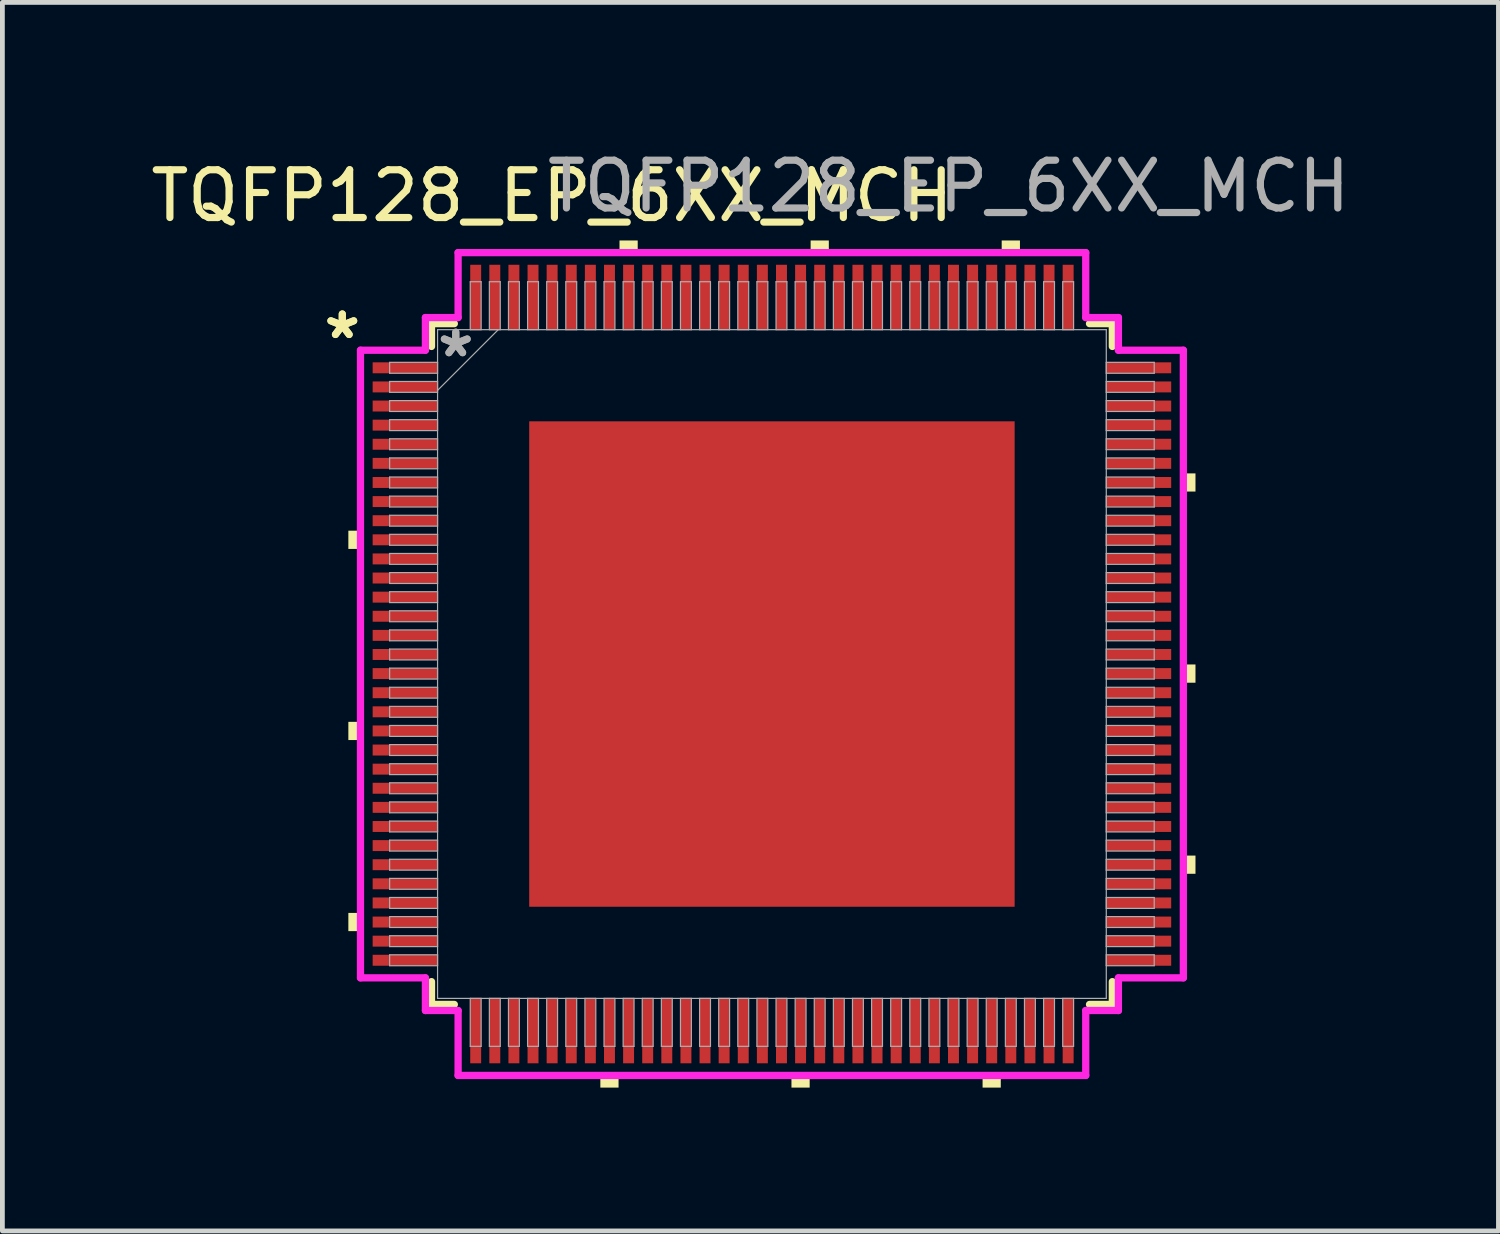
<source format=kicad_pcb>
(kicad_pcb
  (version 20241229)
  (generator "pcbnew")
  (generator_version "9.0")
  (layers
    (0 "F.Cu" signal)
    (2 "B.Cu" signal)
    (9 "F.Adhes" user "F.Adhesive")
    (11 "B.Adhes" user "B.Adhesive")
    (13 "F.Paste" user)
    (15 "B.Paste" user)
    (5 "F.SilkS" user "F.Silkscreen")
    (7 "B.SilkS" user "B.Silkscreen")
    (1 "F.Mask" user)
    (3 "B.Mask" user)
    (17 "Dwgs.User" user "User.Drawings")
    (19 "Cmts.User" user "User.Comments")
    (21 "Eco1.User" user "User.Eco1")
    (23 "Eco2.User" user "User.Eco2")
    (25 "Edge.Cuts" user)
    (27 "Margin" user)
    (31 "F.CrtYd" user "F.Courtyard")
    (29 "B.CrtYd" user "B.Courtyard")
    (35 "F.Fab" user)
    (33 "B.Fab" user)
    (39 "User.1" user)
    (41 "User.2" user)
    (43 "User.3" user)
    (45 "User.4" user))
  (footprint "TQFP128_EP_6XX_MCH"
    (layer "F.Cu")
    (at 13.106 10.848)
    (property "Reference" "TQFP128_EP_6XX_MCH" (at -4.6 -9.8 0) (unlocked yes) (layer "F.SilkS") (effects (font (size 1 1) (thickness 0.15))))
    (attr smd)
    (fp_line (start -7.125 -7.125) (end -7.125 -6.647) (stroke (width 0.152) (type solid)) (layer "F.SilkS"))
    (fp_line (start -7.125 6.647) (end -7.125 7.125) (stroke (width 0.152) (type solid)) (layer "F.SilkS"))
    (fp_line (start -7.125 7.125) (end -6.647 7.125) (stroke (width 0.152) (type solid)) (layer "F.SilkS"))
    (fp_line (start -6.647 -7.125) (end -7.125 -7.125) (stroke (width 0.152) (type solid)) (layer "F.SilkS"))
    (fp_line (start 6.647 7.125) (end 7.125 7.125) (stroke (width 0.152) (type solid)) (layer "F.SilkS"))
    (fp_line (start 7.125 -7.125) (end 6.647 -7.125) (stroke (width 0.152) (type solid)) (layer "F.SilkS"))
    (fp_line (start 7.125 -6.647) (end 7.125 -7.125) (stroke (width 0.152) (type solid)) (layer "F.SilkS"))
    (fp_line (start 7.125 7.125) (end 7.125 6.647) (stroke (width 0.152) (type solid)) (layer "F.SilkS"))
    (fp_poly (pts (xy -8.865 -2.791) (xy -8.865 -2.409) (xy -8.611 -2.409) (xy -8.611 -2.791)) (stroke (width 0) (type solid)) (fill yes) (layer "F.SilkS"))
    (fp_poly (pts (xy -8.865 1.21) (xy -8.865 1.591) (xy -8.611 1.591) (xy -8.611 1.21)) (stroke (width 0) (type solid)) (fill yes) (layer "F.SilkS"))
    (fp_poly (pts (xy -8.865 5.209) (xy -8.865 5.59) (xy -8.611 5.59) (xy -8.611 5.209)) (stroke (width 0) (type solid)) (fill yes) (layer "F.SilkS"))
    (fp_poly (pts (xy -3.591 8.611) (xy -3.591 8.865) (xy -3.21 8.865) (xy -3.21 8.611)) (stroke (width 0) (type solid)) (fill yes) (layer "F.SilkS"))
    (fp_poly (pts (xy -3.19 -8.611) (xy -3.19 -8.865) (xy -2.809 -8.865) (xy -2.809 -8.611)) (stroke (width 0) (type solid)) (fill yes) (layer "F.SilkS"))
    (fp_poly (pts (xy 0.409 8.611) (xy 0.409 8.865) (xy 0.79 8.865) (xy 0.79 8.611)) (stroke (width 0) (type solid)) (fill yes) (layer "F.SilkS"))
    (fp_poly (pts (xy 0.81 -8.611) (xy 0.81 -8.865) (xy 1.191 -8.865) (xy 1.191 -8.611)) (stroke (width 0) (type solid)) (fill yes) (layer "F.SilkS"))
    (fp_poly (pts (xy 4.409 8.611) (xy 4.409 8.865) (xy 4.79 8.865) (xy 4.79 8.611)) (stroke (width 0) (type solid)) (fill yes) (layer "F.SilkS"))
    (fp_poly (pts (xy 4.809 -8.611) (xy 4.809 -8.865) (xy 5.191 -8.865) (xy 5.191 -8.611)) (stroke (width 0) (type solid)) (fill yes) (layer "F.SilkS"))
    (fp_poly (pts (xy 8.865 -3.99) (xy 8.865 -3.61) (xy 8.611 -3.61) (xy 8.611 -3.99)) (stroke (width 0) (type solid)) (fill yes) (layer "F.SilkS"))
    (fp_poly (pts (xy 8.865 0.009) (xy 8.865 0.391) (xy 8.611 0.391) (xy 8.611 0.009)) (stroke (width 0) (type solid)) (fill yes) (layer "F.SilkS"))
    (fp_poly (pts (xy 8.865 4.009) (xy 8.865 4.39) (xy 8.611 4.39) (xy 8.611 4.009)) (stroke (width 0) (type solid)) (fill yes) (layer "F.SilkS"))
    (fp_poly (pts (xy -4.98 -4.98) (xy -4.98 -3.91) (xy -3.91 -3.91) (xy -3.91 -4.98)) (stroke (width 0) (type solid)) (fill yes) (layer "F.Paste"))
    (fp_poly (pts (xy -4.98 -3.71) (xy -4.98 -2.64) (xy -3.91 -2.64) (xy -3.91 -3.71)) (stroke (width 0) (type solid)) (fill yes) (layer "F.Paste"))
    (fp_poly (pts (xy -4.98 -2.44) (xy -4.98 -1.37) (xy -3.91 -1.37) (xy -3.91 -2.44)) (stroke (width 0) (type solid)) (fill yes) (layer "F.Paste"))
    (fp_poly (pts (xy -4.98 -1.17) (xy -4.98 -0.1) (xy -3.91 -0.1) (xy -3.91 -1.17)) (stroke (width 0) (type solid)) (fill yes) (layer "F.Paste"))
    (fp_poly (pts (xy -4.98 0.1) (xy -4.98 1.17) (xy -3.91 1.17) (xy -3.91 0.1)) (stroke (width 0) (type solid)) (fill yes) (layer "F.Paste"))
    (fp_poly (pts (xy -4.98 1.37) (xy -4.98 2.44) (xy -3.91 2.44) (xy -3.91 1.37)) (stroke (width 0) (type solid)) (fill yes) (layer "F.Paste"))
    (fp_poly (pts (xy -4.98 2.64) (xy -4.98 3.71) (xy -3.91 3.71) (xy -3.91 2.64)) (stroke (width 0) (type solid)) (fill yes) (layer "F.Paste"))
    (fp_poly (pts (xy -4.98 3.91) (xy -4.98 4.98) (xy -3.91 4.98) (xy -3.91 3.91)) (stroke (width 0) (type solid)) (fill yes) (layer "F.Paste"))
    (fp_poly (pts (xy -3.71 -4.98) (xy -3.71 -3.91) (xy -2.64 -3.91) (xy -2.64 -4.98)) (stroke (width 0) (type solid)) (fill yes) (layer "F.Paste"))
    (fp_poly (pts (xy -3.71 -3.71) (xy -3.71 -2.64) (xy -2.64 -2.64) (xy -2.64 -3.71)) (stroke (width 0) (type solid)) (fill yes) (layer "F.Paste"))
    (fp_poly (pts (xy -3.71 -2.44) (xy -3.71 -1.37) (xy -2.64 -1.37) (xy -2.64 -2.44)) (stroke (width 0) (type solid)) (fill yes) (layer "F.Paste"))
    (fp_poly (pts (xy -3.71 -1.17) (xy -3.71 -0.1) (xy -2.64 -0.1) (xy -2.64 -1.17)) (stroke (width 0) (type solid)) (fill yes) (layer "F.Paste"))
    (fp_poly (pts (xy -3.71 0.1) (xy -3.71 1.17) (xy -2.64 1.17) (xy -2.64 0.1)) (stroke (width 0) (type solid)) (fill yes) (layer "F.Paste"))
    (fp_poly (pts (xy -3.71 1.37) (xy -3.71 2.44) (xy -2.64 2.44) (xy -2.64 1.37)) (stroke (width 0) (type solid)) (fill yes) (layer "F.Paste"))
    (fp_poly (pts (xy -3.71 2.64) (xy -3.71 3.71) (xy -2.64 3.71) (xy -2.64 2.64)) (stroke (width 0) (type solid)) (fill yes) (layer "F.Paste"))
    (fp_poly (pts (xy -3.71 3.91) (xy -3.71 4.98) (xy -2.64 4.98) (xy -2.64 3.91)) (stroke (width 0) (type solid)) (fill yes) (layer "F.Paste"))
    (fp_poly (pts (xy -2.44 -4.98) (xy -2.44 -3.91) (xy -1.37 -3.91) (xy -1.37 -4.98)) (stroke (width 0) (type solid)) (fill yes) (layer "F.Paste"))
    (fp_poly (pts (xy -2.44 -3.71) (xy -2.44 -2.64) (xy -1.37 -2.64) (xy -1.37 -3.71)) (stroke (width 0) (type solid)) (fill yes) (layer "F.Paste"))
    (fp_poly (pts (xy -2.44 -2.44) (xy -2.44 -1.37) (xy -1.37 -1.37) (xy -1.37 -2.44)) (stroke (width 0) (type solid)) (fill yes) (layer "F.Paste"))
    (fp_poly (pts (xy -2.44 -1.17) (xy -2.44 -0.1) (xy -1.37 -0.1) (xy -1.37 -1.17)) (stroke (width 0) (type solid)) (fill yes) (layer "F.Paste"))
    (fp_poly (pts (xy -2.44 0.1) (xy -2.44 1.17) (xy -1.37 1.17) (xy -1.37 0.1)) (stroke (width 0) (type solid)) (fill yes) (layer "F.Paste"))
    (fp_poly (pts (xy -2.44 1.37) (xy -2.44 2.44) (xy -1.37 2.44) (xy -1.37 1.37)) (stroke (width 0) (type solid)) (fill yes) (layer "F.Paste"))
    (fp_poly (pts (xy -2.44 2.64) (xy -2.44 3.71) (xy -1.37 3.71) (xy -1.37 2.64)) (stroke (width 0) (type solid)) (fill yes) (layer "F.Paste"))
    (fp_poly (pts (xy -2.44 3.91) (xy -2.44 4.98) (xy -1.37 4.98) (xy -1.37 3.91)) (stroke (width 0) (type solid)) (fill yes) (layer "F.Paste"))
    (fp_poly (pts (xy -1.17 -4.98) (xy -1.17 -3.91) (xy -0.1 -3.91) (xy -0.1 -4.98)) (stroke (width 0) (type solid)) (fill yes) (layer "F.Paste"))
    (fp_poly (pts (xy -1.17 -3.71) (xy -1.17 -2.64) (xy -0.1 -2.64) (xy -0.1 -3.71)) (stroke (width 0) (type solid)) (fill yes) (layer "F.Paste"))
    (fp_poly (pts (xy -1.17 -2.44) (xy -1.17 -1.37) (xy -0.1 -1.37) (xy -0.1 -2.44)) (stroke (width 0) (type solid)) (fill yes) (layer "F.Paste"))
    (fp_poly (pts (xy -1.17 -1.17) (xy -1.17 -0.1) (xy -0.1 -0.1) (xy -0.1 -1.17)) (stroke (width 0) (type solid)) (fill yes) (layer "F.Paste"))
    (fp_poly (pts (xy -1.17 0.1) (xy -1.17 1.17) (xy -0.1 1.17) (xy -0.1 0.1)) (stroke (width 0) (type solid)) (fill yes) (layer "F.Paste"))
    (fp_poly (pts (xy -1.17 1.37) (xy -1.17 2.44) (xy -0.1 2.44) (xy -0.1 1.37)) (stroke (width 0) (type solid)) (fill yes) (layer "F.Paste"))
    (fp_poly (pts (xy -1.17 2.64) (xy -1.17 3.71) (xy -0.1 3.71) (xy -0.1 2.64)) (stroke (width 0) (type solid)) (fill yes) (layer "F.Paste"))
    (fp_poly (pts (xy -1.17 3.91) (xy -1.17 4.98) (xy -0.1 4.98) (xy -0.1 3.91)) (stroke (width 0) (type solid)) (fill yes) (layer "F.Paste"))
    (fp_poly (pts (xy 0.1 -4.98) (xy 0.1 -3.91) (xy 1.17 -3.91) (xy 1.17 -4.98)) (stroke (width 0) (type solid)) (fill yes) (layer "F.Paste"))
    (fp_poly (pts (xy 0.1 -3.71) (xy 0.1 -2.64) (xy 1.17 -2.64) (xy 1.17 -3.71)) (stroke (width 0) (type solid)) (fill yes) (layer "F.Paste"))
    (fp_poly (pts (xy 0.1 -2.44) (xy 0.1 -1.37) (xy 1.17 -1.37) (xy 1.17 -2.44)) (stroke (width 0) (type solid)) (fill yes) (layer "F.Paste"))
    (fp_poly (pts (xy 0.1 -1.17) (xy 0.1 -0.1) (xy 1.17 -0.1) (xy 1.17 -1.17)) (stroke (width 0) (type solid)) (fill yes) (layer "F.Paste"))
    (fp_poly (pts (xy 0.1 0.1) (xy 0.1 1.17) (xy 1.17 1.17) (xy 1.17 0.1)) (stroke (width 0) (type solid)) (fill yes) (layer "F.Paste"))
    (fp_poly (pts (xy 0.1 1.37) (xy 0.1 2.44) (xy 1.17 2.44) (xy 1.17 1.37)) (stroke (width 0) (type solid)) (fill yes) (layer "F.Paste"))
    (fp_poly (pts (xy 0.1 2.64) (xy 0.1 3.71) (xy 1.17 3.71) (xy 1.17 2.64)) (stroke (width 0) (type solid)) (fill yes) (layer "F.Paste"))
    (fp_poly (pts (xy 0.1 3.91) (xy 0.1 4.98) (xy 1.17 4.98) (xy 1.17 3.91)) (stroke (width 0) (type solid)) (fill yes) (layer "F.Paste"))
    (fp_poly (pts (xy 1.37 -4.98) (xy 1.37 -3.91) (xy 2.44 -3.91) (xy 2.44 -4.98)) (stroke (width 0) (type solid)) (fill yes) (layer "F.Paste"))
    (fp_poly (pts (xy 1.37 -3.71) (xy 1.37 -2.64) (xy 2.44 -2.64) (xy 2.44 -3.71)) (stroke (width 0) (type solid)) (fill yes) (layer "F.Paste"))
    (fp_poly (pts (xy 1.37 -2.44) (xy 1.37 -1.37) (xy 2.44 -1.37) (xy 2.44 -2.44)) (stroke (width 0) (type solid)) (fill yes) (layer "F.Paste"))
    (fp_poly (pts (xy 1.37 -1.17) (xy 1.37 -0.1) (xy 2.44 -0.1) (xy 2.44 -1.17)) (stroke (width 0) (type solid)) (fill yes) (layer "F.Paste"))
    (fp_poly (pts (xy 1.37 0.1) (xy 1.37 1.17) (xy 2.44 1.17) (xy 2.44 0.1)) (stroke (width 0) (type solid)) (fill yes) (layer "F.Paste"))
    (fp_poly (pts (xy 1.37 1.37) (xy 1.37 2.44) (xy 2.44 2.44) (xy 2.44 1.37)) (stroke (width 0) (type solid)) (fill yes) (layer "F.Paste"))
    (fp_poly (pts (xy 1.37 2.64) (xy 1.37 3.71) (xy 2.44 3.71) (xy 2.44 2.64)) (stroke (width 0) (type solid)) (fill yes) (layer "F.Paste"))
    (fp_poly (pts (xy 1.37 3.91) (xy 1.37 4.98) (xy 2.44 4.98) (xy 2.44 3.91)) (stroke (width 0) (type solid)) (fill yes) (layer "F.Paste"))
    (fp_poly (pts (xy 2.64 -4.98) (xy 2.64 -3.91) (xy 3.71 -3.91) (xy 3.71 -4.98)) (stroke (width 0) (type solid)) (fill yes) (layer "F.Paste"))
    (fp_poly (pts (xy 2.64 -3.71) (xy 2.64 -2.64) (xy 3.71 -2.64) (xy 3.71 -3.71)) (stroke (width 0) (type solid)) (fill yes) (layer "F.Paste"))
    (fp_poly (pts (xy 2.64 -2.44) (xy 2.64 -1.37) (xy 3.71 -1.37) (xy 3.71 -2.44)) (stroke (width 0) (type solid)) (fill yes) (layer "F.Paste"))
    (fp_poly (pts (xy 2.64 -1.17) (xy 2.64 -0.1) (xy 3.71 -0.1) (xy 3.71 -1.17)) (stroke (width 0) (type solid)) (fill yes) (layer "F.Paste"))
    (fp_poly (pts (xy 2.64 0.1) (xy 2.64 1.17) (xy 3.71 1.17) (xy 3.71 0.1)) (stroke (width 0) (type solid)) (fill yes) (layer "F.Paste"))
    (fp_poly (pts (xy 2.64 1.37) (xy 2.64 2.44) (xy 3.71 2.44) (xy 3.71 1.37)) (stroke (width 0) (type solid)) (fill yes) (layer "F.Paste"))
    (fp_poly (pts (xy 2.64 2.64) (xy 2.64 3.71) (xy 3.71 3.71) (xy 3.71 2.64)) (stroke (width 0) (type solid)) (fill yes) (layer "F.Paste"))
    (fp_poly (pts (xy 2.64 3.91) (xy 2.64 4.98) (xy 3.71 4.98) (xy 3.71 3.91)) (stroke (width 0) (type solid)) (fill yes) (layer "F.Paste"))
    (fp_poly (pts (xy 3.91 -4.98) (xy 3.91 -3.91) (xy 4.98 -3.91) (xy 4.98 -4.98)) (stroke (width 0) (type solid)) (fill yes) (layer "F.Paste"))
    (fp_poly (pts (xy 3.91 -3.71) (xy 3.91 -2.64) (xy 4.98 -2.64) (xy 4.98 -3.71)) (stroke (width 0) (type solid)) (fill yes) (layer "F.Paste"))
    (fp_poly (pts (xy 3.91 -2.44) (xy 3.91 -1.37) (xy 4.98 -1.37) (xy 4.98 -2.44)) (stroke (width 0) (type solid)) (fill yes) (layer "F.Paste"))
    (fp_poly (pts (xy 3.91 -1.17) (xy 3.91 -0.1) (xy 4.98 -0.1) (xy 4.98 -1.17)) (stroke (width 0) (type solid)) (fill yes) (layer "F.Paste"))
    (fp_poly (pts (xy 3.91 0.1) (xy 3.91 1.17) (xy 4.98 1.17) (xy 4.98 0.1)) (stroke (width 0) (type solid)) (fill yes) (layer "F.Paste"))
    (fp_poly (pts (xy 3.91 1.37) (xy 3.91 2.44) (xy 4.98 2.44) (xy 4.98 1.37)) (stroke (width 0) (type solid)) (fill yes) (layer "F.Paste"))
    (fp_poly (pts (xy 3.91 2.64) (xy 3.91 3.71) (xy 4.98 3.71) (xy 4.98 2.64)) (stroke (width 0) (type solid)) (fill yes) (layer "F.Paste"))
    (fp_poly (pts (xy 3.91 3.91) (xy 3.91 4.98) (xy 4.98 4.98) (xy 4.98 3.91)) (stroke (width 0) (type solid)) (fill yes) (layer "F.Paste"))
    (fp_line (start -8.611 -6.568) (end -7.252 -6.568) (stroke (width 0.152) (type solid)) (layer "F.CrtYd"))
    (fp_line (start -8.611 6.568) (end -8.611 -6.568) (stroke (width 0.152) (type solid)) (layer "F.CrtYd"))
    (fp_line (start -7.252 -7.252) (end -6.568 -7.252) (stroke (width 0.152) (type solid)) (layer "F.CrtYd"))
    (fp_line (start -7.252 -6.568) (end -7.252 -7.252) (stroke (width 0.152) (type solid)) (layer "F.CrtYd"))
    (fp_line (start -7.252 6.568) (end -8.611 6.568) (stroke (width 0.152) (type solid)) (layer "F.CrtYd"))
    (fp_line (start -7.252 7.252) (end -7.252 6.568) (stroke (width 0.152) (type solid)) (layer "F.CrtYd"))
    (fp_line (start -7.252 7.252) (end -6.568 7.252) (stroke (width 0.152) (type solid)) (layer "F.CrtYd"))
    (fp_line (start -6.568 -8.611) (end 6.568 -8.611) (stroke (width 0.152) (type solid)) (layer "F.CrtYd"))
    (fp_line (start -6.568 -7.252) (end -6.568 -8.611) (stroke (width 0.152) (type solid)) (layer "F.CrtYd"))
    (fp_line (start -6.568 7.252) (end -6.568 8.611) (stroke (width 0.152) (type solid)) (layer "F.CrtYd"))
    (fp_line (start -6.568 8.611) (end 6.568 8.611) (stroke (width 0.152) (type solid)) (layer "F.CrtYd"))
    (fp_line (start 6.568 -8.611) (end 6.568 -7.252) (stroke (width 0.152) (type solid)) (layer "F.CrtYd"))
    (fp_line (start 6.568 -7.252) (end 7.252 -7.252) (stroke (width 0.152) (type solid)) (layer "F.CrtYd"))
    (fp_line (start 6.568 7.252) (end 7.252 7.252) (stroke (width 0.152) (type solid)) (layer "F.CrtYd"))
    (fp_line (start 6.568 8.611) (end 6.568 7.252) (stroke (width 0.152) (type solid)) (layer "F.CrtYd"))
    (fp_line (start 7.252 -6.568) (end 7.252 -7.252) (stroke (width 0.152) (type solid)) (layer "F.CrtYd"))
    (fp_line (start 7.252 6.568) (end 8.611 6.568) (stroke (width 0.152) (type solid)) (layer "F.CrtYd"))
    (fp_line (start 7.252 7.252) (end 7.252 6.568) (stroke (width 0.152) (type solid)) (layer "F.CrtYd"))
    (fp_line (start 8.611 -6.568) (end 7.252 -6.568) (stroke (width 0.152) (type solid)) (layer "F.CrtYd"))
    (fp_line (start 8.611 6.568) (end 8.611 -6.568) (stroke (width 0.152) (type solid)) (layer "F.CrtYd"))
    (fp_line (start -8.001 -6.314) (end -8.001 -6.086) (stroke (width 0.025) (type solid)) (layer "F.Fab"))
    (fp_line (start -8.001 -6.086) (end -6.998 -6.086) (stroke (width 0.025) (type solid)) (layer "F.Fab"))
    (fp_line (start -8.001 -5.914) (end -8.001 -5.686) (stroke (width 0.025) (type solid)) (layer "F.Fab"))
    (fp_line (start -8.001 -5.686) (end -6.998 -5.686) (stroke (width 0.025) (type solid)) (layer "F.Fab"))
    (fp_line (start -8.001 -5.514) (end -8.001 -5.286) (stroke (width 0.025) (type solid)) (layer "F.Fab"))
    (fp_line (start -8.001 -5.286) (end -6.998 -5.286) (stroke (width 0.025) (type solid)) (layer "F.Fab"))
    (fp_line (start -8.001 -5.114) (end -8.001 -4.886) (stroke (width 0.025) (type solid)) (layer "F.Fab"))
    (fp_line (start -8.001 -4.886) (end -6.998 -4.886) (stroke (width 0.025) (type solid)) (layer "F.Fab"))
    (fp_line (start -8.001 -4.714) (end -8.001 -4.486) (stroke (width 0.025) (type solid)) (layer "F.Fab"))
    (fp_line (start -8.001 -4.486) (end -6.998 -4.486) (stroke (width 0.025) (type solid)) (layer "F.Fab"))
    (fp_line (start -8.001 -4.314) (end -8.001 -4.086) (stroke (width 0.025) (type solid)) (layer "F.Fab"))
    (fp_line (start -8.001 -4.086) (end -6.998 -4.086) (stroke (width 0.025) (type solid)) (layer "F.Fab"))
    (fp_line (start -8.001 -3.914) (end -8.001 -3.686) (stroke (width 0.025) (type solid)) (layer "F.Fab"))
    (fp_line (start -8.001 -3.686) (end -6.998 -3.686) (stroke (width 0.025) (type solid)) (layer "F.Fab"))
    (fp_line (start -8.001 -3.514) (end -8.001 -3.286) (stroke (width 0.025) (type solid)) (layer "F.Fab"))
    (fp_line (start -8.001 -3.286) (end -6.998 -3.286) (stroke (width 0.025) (type solid)) (layer "F.Fab"))
    (fp_line (start -8.001 -3.114) (end -8.001 -2.886) (stroke (width 0.025) (type solid)) (layer "F.Fab"))
    (fp_line (start -8.001 -2.886) (end -6.998 -2.886) (stroke (width 0.025) (type solid)) (layer "F.Fab"))
    (fp_line (start -8.001 -2.714) (end -8.001 -2.486) (stroke (width 0.025) (type solid)) (layer "F.Fab"))
    (fp_line (start -8.001 -2.486) (end -6.998 -2.486) (stroke (width 0.025) (type solid)) (layer "F.Fab"))
    (fp_line (start -8.001 -2.314) (end -8.001 -2.086) (stroke (width 0.025) (type solid)) (layer "F.Fab"))
    (fp_line (start -8.001 -2.086) (end -6.998 -2.086) (stroke (width 0.025) (type solid)) (layer "F.Fab"))
    (fp_line (start -8.001 -1.914) (end -8.001 -1.686) (stroke (width 0.025) (type solid)) (layer "F.Fab"))
    (fp_line (start -8.001 -1.686) (end -6.998 -1.686) (stroke (width 0.025) (type solid)) (layer "F.Fab"))
    (fp_line (start -8.001 -1.514) (end -8.001 -1.286) (stroke (width 0.025) (type solid)) (layer "F.Fab"))
    (fp_line (start -8.001 -1.286) (end -6.998 -1.286) (stroke (width 0.025) (type solid)) (layer "F.Fab"))
    (fp_line (start -8.001 -1.114) (end -8.001 -0.886) (stroke (width 0.025) (type solid)) (layer "F.Fab"))
    (fp_line (start -8.001 -0.886) (end -6.998 -0.886) (stroke (width 0.025) (type solid)) (layer "F.Fab"))
    (fp_line (start -8.001 -0.714) (end -8.001 -0.486) (stroke (width 0.025) (type solid)) (layer "F.Fab"))
    (fp_line (start -8.001 -0.486) (end -6.998 -0.486) (stroke (width 0.025) (type solid)) (layer "F.Fab"))
    (fp_line (start -8.001 -0.314) (end -8.001 -0.086) (stroke (width 0.025) (type solid)) (layer "F.Fab"))
    (fp_line (start -8.001 -0.086) (end -6.998 -0.086) (stroke (width 0.025) (type solid)) (layer "F.Fab"))
    (fp_line (start -8.001 0.086) (end -8.001 0.314) (stroke (width 0.025) (type solid)) (layer "F.Fab"))
    (fp_line (start -8.001 0.314) (end -6.998 0.314) (stroke (width 0.025) (type solid)) (layer "F.Fab"))
    (fp_line (start -8.001 0.486) (end -8.001 0.714) (stroke (width 0.025) (type solid)) (layer "F.Fab"))
    (fp_line (start -8.001 0.714) (end -6.998 0.714) (stroke (width 0.025) (type solid)) (layer "F.Fab"))
    (fp_line (start -8.001 0.886) (end -8.001 1.114) (stroke (width 0.025) (type solid)) (layer "F.Fab"))
    (fp_line (start -8.001 1.114) (end -6.998 1.114) (stroke (width 0.025) (type solid)) (layer "F.Fab"))
    (fp_line (start -8.001 1.286) (end -8.001 1.514) (stroke (width 0.025) (type solid)) (layer "F.Fab"))
    (fp_line (start -8.001 1.514) (end -6.998 1.514) (stroke (width 0.025) (type solid)) (layer "F.Fab"))
    (fp_line (start -8.001 1.686) (end -8.001 1.914) (stroke (width 0.025) (type solid)) (layer "F.Fab"))
    (fp_line (start -8.001 1.914) (end -6.998 1.914) (stroke (width 0.025) (type solid)) (layer "F.Fab"))
    (fp_line (start -8.001 2.086) (end -8.001 2.314) (stroke (width 0.025) (type solid)) (layer "F.Fab"))
    (fp_line (start -8.001 2.314) (end -6.998 2.314) (stroke (width 0.025) (type solid)) (layer "F.Fab"))
    (fp_line (start -8.001 2.486) (end -8.001 2.714) (stroke (width 0.025) (type solid)) (layer "F.Fab"))
    (fp_line (start -8.001 2.714) (end -6.998 2.714) (stroke (width 0.025) (type solid)) (layer "F.Fab"))
    (fp_line (start -8.001 2.886) (end -8.001 3.114) (stroke (width 0.025) (type solid)) (layer "F.Fab"))
    (fp_line (start -8.001 3.114) (end -6.998 3.114) (stroke (width 0.025) (type solid)) (layer "F.Fab"))
    (fp_line (start -8.001 3.286) (end -8.001 3.514) (stroke (width 0.025) (type solid)) (layer "F.Fab"))
    (fp_line (start -8.001 3.514) (end -6.998 3.514) (stroke (width 0.025) (type solid)) (layer "F.Fab"))
    (fp_line (start -8.001 3.686) (end -8.001 3.914) (stroke (width 0.025) (type solid)) (layer "F.Fab"))
    (fp_line (start -8.001 3.914) (end -6.998 3.914) (stroke (width 0.025) (type solid)) (layer "F.Fab"))
    (fp_line (start -8.001 4.086) (end -8.001 4.314) (stroke (width 0.025) (type solid)) (layer "F.Fab"))
    (fp_line (start -8.001 4.314) (end -6.998 4.314) (stroke (width 0.025) (type solid)) (layer "F.Fab"))
    (fp_line (start -8.001 4.486) (end -8.001 4.714) (stroke (width 0.025) (type solid)) (layer "F.Fab"))
    (fp_line (start -8.001 4.714) (end -6.998 4.714) (stroke (width 0.025) (type solid)) (layer "F.Fab"))
    (fp_line (start -8.001 4.886) (end -8.001 5.114) (stroke (width 0.025) (type solid)) (layer "F.Fab"))
    (fp_line (start -8.001 5.114) (end -6.998 5.114) (stroke (width 0.025) (type solid)) (layer "F.Fab"))
    (fp_line (start -8.001 5.286) (end -8.001 5.514) (stroke (width 0.025) (type solid)) (layer "F.Fab"))
    (fp_line (start -8.001 5.514) (end -6.998 5.514) (stroke (width 0.025) (type solid)) (layer "F.Fab"))
    (fp_line (start -8.001 5.686) (end -8.001 5.914) (stroke (width 0.025) (type solid)) (layer "F.Fab"))
    (fp_line (start -8.001 5.914) (end -6.998 5.914) (stroke (width 0.025) (type solid)) (layer "F.Fab"))
    (fp_line (start -8.001 6.086) (end -8.001 6.314) (stroke (width 0.025) (type solid)) (layer "F.Fab"))
    (fp_line (start -8.001 6.314) (end -6.998 6.314) (stroke (width 0.025) (type solid)) (layer "F.Fab"))
    (fp_line (start -6.998 -6.998) (end -6.998 6.998) (stroke (width 0.025) (type solid)) (layer "F.Fab"))
    (fp_line (start -6.998 -6.314) (end -8.001 -6.314) (stroke (width 0.025) (type solid)) (layer "F.Fab"))
    (fp_line (start -6.998 -6.086) (end -6.998 -6.314) (stroke (width 0.025) (type solid)) (layer "F.Fab"))
    (fp_line (start -6.998 -5.914) (end -8.001 -5.914) (stroke (width 0.025) (type solid)) (layer "F.Fab"))
    (fp_line (start -6.998 -5.728) (end -5.728 -6.998) (stroke (width 0.025) (type solid)) (layer "F.Fab"))
    (fp_line (start -6.998 -5.686) (end -6.998 -5.914) (stroke (width 0.025) (type solid)) (layer "F.Fab"))
    (fp_line (start -6.998 -5.514) (end -8.001 -5.514) (stroke (width 0.025) (type solid)) (layer "F.Fab"))
    (fp_line (start -6.998 -5.286) (end -6.998 -5.514) (stroke (width 0.025) (type solid)) (layer "F.Fab"))
    (fp_line (start -6.998 -5.114) (end -8.001 -5.114) (stroke (width 0.025) (type solid)) (layer "F.Fab"))
    (fp_line (start -6.998 -4.886) (end -6.998 -5.114) (stroke (width 0.025) (type solid)) (layer "F.Fab"))
    (fp_line (start -6.998 -4.714) (end -8.001 -4.714) (stroke (width 0.025) (type solid)) (layer "F.Fab"))
    (fp_line (start -6.998 -4.486) (end -6.998 -4.714) (stroke (width 0.025) (type solid)) (layer "F.Fab"))
    (fp_line (start -6.998 -4.314) (end -8.001 -4.314) (stroke (width 0.025) (type solid)) (layer "F.Fab"))
    (fp_line (start -6.998 -4.086) (end -6.998 -4.314) (stroke (width 0.025) (type solid)) (layer "F.Fab"))
    (fp_line (start -6.998 -3.914) (end -8.001 -3.914) (stroke (width 0.025) (type solid)) (layer "F.Fab"))
    (fp_line (start -6.998 -3.686) (end -6.998 -3.914) (stroke (width 0.025) (type solid)) (layer "F.Fab"))
    (fp_line (start -6.998 -3.514) (end -8.001 -3.514) (stroke (width 0.025) (type solid)) (layer "F.Fab"))
    (fp_line (start -6.998 -3.286) (end -6.998 -3.514) (stroke (width 0.025) (type solid)) (layer "F.Fab"))
    (fp_line (start -6.998 -3.114) (end -8.001 -3.114) (stroke (width 0.025) (type solid)) (layer "F.Fab"))
    (fp_line (start -6.998 -2.886) (end -6.998 -3.114) (stroke (width 0.025) (type solid)) (layer "F.Fab"))
    (fp_line (start -6.998 -2.714) (end -8.001 -2.714) (stroke (width 0.025) (type solid)) (layer "F.Fab"))
    (fp_line (start -6.998 -2.486) (end -6.998 -2.714) (stroke (width 0.025) (type solid)) (layer "F.Fab"))
    (fp_line (start -6.998 -2.314) (end -8.001 -2.314) (stroke (width 0.025) (type solid)) (layer "F.Fab"))
    (fp_line (start -6.998 -2.086) (end -6.998 -2.314) (stroke (width 0.025) (type solid)) (layer "F.Fab"))
    (fp_line (start -6.998 -1.914) (end -8.001 -1.914) (stroke (width 0.025) (type solid)) (layer "F.Fab"))
    (fp_line (start -6.998 -1.686) (end -6.998 -1.914) (stroke (width 0.025) (type solid)) (layer "F.Fab"))
    (fp_line (start -6.998 -1.514) (end -8.001 -1.514) (stroke (width 0.025) (type solid)) (layer "F.Fab"))
    (fp_line (start -6.998 -1.286) (end -6.998 -1.514) (stroke (width 0.025) (type solid)) (layer "F.Fab"))
    (fp_line (start -6.998 -1.114) (end -8.001 -1.114) (stroke (width 0.025) (type solid)) (layer "F.Fab"))
    (fp_line (start -6.998 -0.886) (end -6.998 -1.114) (stroke (width 0.025) (type solid)) (layer "F.Fab"))
    (fp_line (start -6.998 -0.714) (end -8.001 -0.714) (stroke (width 0.025) (type solid)) (layer "F.Fab"))
    (fp_line (start -6.998 -0.486) (end -6.998 -0.714) (stroke (width 0.025) (type solid)) (layer "F.Fab"))
    (fp_line (start -6.998 -0.314) (end -8.001 -0.314) (stroke (width 0.025) (type solid)) (layer "F.Fab"))
    (fp_line (start -6.998 -0.086) (end -6.998 -0.314) (stroke (width 0.025) (type solid)) (layer "F.Fab"))
    (fp_line (start -6.998 0.086) (end -8.001 0.086) (stroke (width 0.025) (type solid)) (layer "F.Fab"))
    (fp_line (start -6.998 0.314) (end -6.998 0.086) (stroke (width 0.025) (type solid)) (layer "F.Fab"))
    (fp_line (start -6.998 0.486) (end -8.001 0.486) (stroke (width 0.025) (type solid)) (layer "F.Fab"))
    (fp_line (start -6.998 0.714) (end -6.998 0.486) (stroke (width 0.025) (type solid)) (layer "F.Fab"))
    (fp_line (start -6.998 0.886) (end -8.001 0.886) (stroke (width 0.025) (type solid)) (layer "F.Fab"))
    (fp_line (start -6.998 1.114) (end -6.998 0.886) (stroke (width 0.025) (type solid)) (layer "F.Fab"))
    (fp_line (start -6.998 1.286) (end -8.001 1.286) (stroke (width 0.025) (type solid)) (layer "F.Fab"))
    (fp_line (start -6.998 1.514) (end -6.998 1.286) (stroke (width 0.025) (type solid)) (layer "F.Fab"))
    (fp_line (start -6.998 1.686) (end -8.001 1.686) (stroke (width 0.025) (type solid)) (layer "F.Fab"))
    (fp_line (start -6.998 1.914) (end -6.998 1.686) (stroke (width 0.025) (type solid)) (layer "F.Fab"))
    (fp_line (start -6.998 2.086) (end -8.001 2.086) (stroke (width 0.025) (type solid)) (layer "F.Fab"))
    (fp_line (start -6.998 2.314) (end -6.998 2.086) (stroke (width 0.025) (type solid)) (layer "F.Fab"))
    (fp_line (start -6.998 2.486) (end -8.001 2.486) (stroke (width 0.025) (type solid)) (layer "F.Fab"))
    (fp_line (start -6.998 2.714) (end -6.998 2.486) (stroke (width 0.025) (type solid)) (layer "F.Fab"))
    (fp_line (start -6.998 2.886) (end -8.001 2.886) (stroke (width 0.025) (type solid)) (layer "F.Fab"))
    (fp_line (start -6.998 3.114) (end -6.998 2.886) (stroke (width 0.025) (type solid)) (layer "F.Fab"))
    (fp_line (start -6.998 3.286) (end -8.001 3.286) (stroke (width 0.025) (type solid)) (layer "F.Fab"))
    (fp_line (start -6.998 3.514) (end -6.998 3.286) (stroke (width 0.025) (type solid)) (layer "F.Fab"))
    (fp_line (start -6.998 3.686) (end -8.001 3.686) (stroke (width 0.025) (type solid)) (layer "F.Fab"))
    (fp_line (start -6.998 3.914) (end -6.998 3.686) (stroke (width 0.025) (type solid)) (layer "F.Fab"))
    (fp_line (start -6.998 4.086) (end -8.001 4.086) (stroke (width 0.025) (type solid)) (layer "F.Fab"))
    (fp_line (start -6.998 4.314) (end -6.998 4.086) (stroke (width 0.025) (type solid)) (layer "F.Fab"))
    (fp_line (start -6.998 4.486) (end -8.001 4.486) (stroke (width 0.025) (type solid)) (layer "F.Fab"))
    (fp_line (start -6.998 4.714) (end -6.998 4.486) (stroke (width 0.025) (type solid)) (layer "F.Fab"))
    (fp_line (start -6.998 4.886) (end -8.001 4.886) (stroke (width 0.025) (type solid)) (layer "F.Fab"))
    (fp_line (start -6.998 5.114) (end -6.998 4.886) (stroke (width 0.025) (type solid)) (layer "F.Fab"))
    (fp_line (start -6.998 5.286) (end -8.001 5.286) (stroke (width 0.025) (type solid)) (layer "F.Fab"))
    (fp_line (start -6.998 5.514) (end -6.998 5.286) (stroke (width 0.025) (type solid)) (layer "F.Fab"))
    (fp_line (start -6.998 5.686) (end -8.001 5.686) (stroke (width 0.025) (type solid)) (layer "F.Fab"))
    (fp_line (start -6.998 5.914) (end -6.998 5.686) (stroke (width 0.025) (type solid)) (layer "F.Fab"))
    (fp_line (start -6.998 6.086) (end -8.001 6.086) (stroke (width 0.025) (type solid)) (layer "F.Fab"))
    (fp_line (start -6.998 6.314) (end -6.998 6.086) (stroke (width 0.025) (type solid)) (layer "F.Fab"))
    (fp_line (start -6.998 6.998) (end 6.998 6.998) (stroke (width 0.025) (type solid)) (layer "F.Fab"))
    (fp_line (start -6.314 -8.001) (end -6.314 -6.998) (stroke (width 0.025) (type solid)) (layer "F.Fab"))
    (fp_line (start -6.314 -6.998) (end -6.086 -6.998) (stroke (width 0.025) (type solid)) (layer "F.Fab"))
    (fp_line (start -6.314 6.998) (end -6.314 8.001) (stroke (width 0.025) (type solid)) (layer "F.Fab"))
    (fp_line (start -6.314 8.001) (end -6.086 8.001) (stroke (width 0.025) (type solid)) (layer "F.Fab"))
    (fp_line (start -6.086 -8.001) (end -6.314 -8.001) (stroke (width 0.025) (type solid)) (layer "F.Fab"))
    (fp_line (start -6.086 -6.998) (end -6.086 -8.001) (stroke (width 0.025) (type solid)) (layer "F.Fab"))
    (fp_line (start -6.086 6.998) (end -6.314 6.998) (stroke (width 0.025) (type solid)) (layer "F.Fab"))
    (fp_line (start -6.086 8.001) (end -6.086 6.998) (stroke (width 0.025) (type solid)) (layer "F.Fab"))
    (fp_line (start -5.914 6.998) (end -5.914 8.001) (stroke (width 0.025) (type solid)) (layer "F.Fab"))
    (fp_line (start -5.914 8.001) (end -5.686 8.001) (stroke (width 0.025) (type solid)) (layer "F.Fab"))
    (fp_line (start -5.914 -8.001) (end -5.914 -6.998) (stroke (width 0.025) (type solid)) (layer "F.Fab"))
    (fp_line (start -5.914 -6.998) (end -5.686 -6.998) (stroke (width 0.025) (type solid)) (layer "F.Fab"))
    (fp_line (start -5.686 6.998) (end -5.914 6.998) (stroke (width 0.025) (type solid)) (layer "F.Fab"))
    (fp_line (start -5.686 8.001) (end -5.686 6.998) (stroke (width 0.025) (type solid)) (layer "F.Fab"))
    (fp_line (start -5.686 -8.001) (end -5.914 -8.001) (stroke (width 0.025) (type solid)) (layer "F.Fab"))
    (fp_line (start -5.686 -6.998) (end -5.686 -8.001) (stroke (width 0.025) (type solid)) (layer "F.Fab"))
    (fp_line (start -5.514 6.998) (end -5.514 8.001) (stroke (width 0.025) (type solid)) (layer "F.Fab"))
    (fp_line (start -5.514 8.001) (end -5.286 8.001) (stroke (width 0.025) (type solid)) (layer "F.Fab"))
    (fp_line (start -5.514 -8.001) (end -5.514 -6.998) (stroke (width 0.025) (type solid)) (layer "F.Fab"))
    (fp_line (start -5.514 -6.998) (end -5.286 -6.998) (stroke (width 0.025) (type solid)) (layer "F.Fab"))
    (fp_line (start -5.286 6.998) (end -5.514 6.998) (stroke (width 0.025) (type solid)) (layer "F.Fab"))
    (fp_line (start -5.286 8.001) (end -5.286 6.998) (stroke (width 0.025) (type solid)) (layer "F.Fab"))
    (fp_line (start -5.286 -8.001) (end -5.514 -8.001) (stroke (width 0.025) (type solid)) (layer "F.Fab"))
    (fp_line (start -5.286 -6.998) (end -5.286 -8.001) (stroke (width 0.025) (type solid)) (layer "F.Fab"))
    (fp_line (start -5.114 6.998) (end -5.114 8.001) (stroke (width 0.025) (type solid)) (layer "F.Fab"))
    (fp_line (start -5.114 8.001) (end -4.886 8.001) (stroke (width 0.025) (type solid)) (layer "F.Fab"))
    (fp_line (start -5.114 -8.001) (end -5.114 -6.998) (stroke (width 0.025) (type solid)) (layer "F.Fab"))
    (fp_line (start -5.114 -6.998) (end -4.886 -6.998) (stroke (width 0.025) (type solid)) (layer "F.Fab"))
    (fp_line (start -4.886 6.998) (end -5.114 6.998) (stroke (width 0.025) (type solid)) (layer "F.Fab"))
    (fp_line (start -4.886 8.001) (end -4.886 6.998) (stroke (width 0.025) (type solid)) (layer "F.Fab"))
    (fp_line (start -4.886 -8.001) (end -5.114 -8.001) (stroke (width 0.025) (type solid)) (layer "F.Fab"))
    (fp_line (start -4.886 -6.998) (end -4.886 -8.001) (stroke (width 0.025) (type solid)) (layer "F.Fab"))
    (fp_line (start -4.714 6.998) (end -4.714 8.001) (stroke (width 0.025) (type solid)) (layer "F.Fab"))
    (fp_line (start -4.714 8.001) (end -4.486 8.001) (stroke (width 0.025) (type solid)) (layer "F.Fab"))
    (fp_line (start -4.714 -8.001) (end -4.714 -6.998) (stroke (width 0.025) (type solid)) (layer "F.Fab"))
    (fp_line (start -4.714 -6.998) (end -4.486 -6.998) (stroke (width 0.025) (type solid)) (layer "F.Fab"))
    (fp_line (start -4.486 6.998) (end -4.714 6.998) (stroke (width 0.025) (type solid)) (layer "F.Fab"))
    (fp_line (start -4.486 8.001) (end -4.486 6.998) (stroke (width 0.025) (type solid)) (layer "F.Fab"))
    (fp_line (start -4.486 -8.001) (end -4.714 -8.001) (stroke (width 0.025) (type solid)) (layer "F.Fab"))
    (fp_line (start -4.486 -6.998) (end -4.486 -8.001) (stroke (width 0.025) (type solid)) (layer "F.Fab"))
    (fp_line (start -4.314 6.998) (end -4.314 8.001) (stroke (width 0.025) (type solid)) (layer "F.Fab"))
    (fp_line (start -4.314 8.001) (end -4.086 8.001) (stroke (width 0.025) (type solid)) (layer "F.Fab"))
    (fp_line (start -4.314 -8.001) (end -4.314 -6.998) (stroke (width 0.025) (type solid)) (layer "F.Fab"))
    (fp_line (start -4.314 -6.998) (end -4.086 -6.998) (stroke (width 0.025) (type solid)) (layer "F.Fab"))
    (fp_line (start -4.086 6.998) (end -4.314 6.998) (stroke (width 0.025) (type solid)) (layer "F.Fab"))
    (fp_line (start -4.086 8.001) (end -4.086 6.998) (stroke (width 0.025) (type solid)) (layer "F.Fab"))
    (fp_line (start -4.086 -8.001) (end -4.314 -8.001) (stroke (width 0.025) (type solid)) (layer "F.Fab"))
    (fp_line (start -4.086 -6.998) (end -4.086 -8.001) (stroke (width 0.025) (type solid)) (layer "F.Fab"))
    (fp_line (start -3.914 6.998) (end -3.914 8.001) (stroke (width 0.025) (type solid)) (layer "F.Fab"))
    (fp_line (start -3.914 8.001) (end -3.686 8.001) (stroke (width 0.025) (type solid)) (layer "F.Fab"))
    (fp_line (start -3.914 -8.001) (end -3.914 -6.998) (stroke (width 0.025) (type solid)) (layer "F.Fab"))
    (fp_line (start -3.914 -6.998) (end -3.686 -6.998) (stroke (width 0.025) (type solid)) (layer "F.Fab"))
    (fp_line (start -3.686 6.998) (end -3.914 6.998) (stroke (width 0.025) (type solid)) (layer "F.Fab"))
    (fp_line (start -3.686 8.001) (end -3.686 6.998) (stroke (width 0.025) (type solid)) (layer "F.Fab"))
    (fp_line (start -3.686 -8.001) (end -3.914 -8.001) (stroke (width 0.025) (type solid)) (layer "F.Fab"))
    (fp_line (start -3.686 -6.998) (end -3.686 -8.001) (stroke (width 0.025) (type solid)) (layer "F.Fab"))
    (fp_line (start -3.514 6.998) (end -3.514 8.001) (stroke (width 0.025) (type solid)) (layer "F.Fab"))
    (fp_line (start -3.514 8.001) (end -3.286 8.001) (stroke (width 0.025) (type solid)) (layer "F.Fab"))
    (fp_line (start -3.514 -8.001) (end -3.514 -6.998) (stroke (width 0.025) (type solid)) (layer "F.Fab"))
    (fp_line (start -3.514 -6.998) (end -3.286 -6.998) (stroke (width 0.025) (type solid)) (layer "F.Fab"))
    (fp_line (start -3.286 6.998) (end -3.514 6.998) (stroke (width 0.025) (type solid)) (layer "F.Fab"))
    (fp_line (start -3.286 8.001) (end -3.286 6.998) (stroke (width 0.025) (type solid)) (layer "F.Fab"))
    (fp_line (start -3.286 -8.001) (end -3.514 -8.001) (stroke (width 0.025) (type solid)) (layer "F.Fab"))
    (fp_line (start -3.286 -6.998) (end -3.286 -8.001) (stroke (width 0.025) (type solid)) (layer "F.Fab"))
    (fp_line (start -3.114 6.998) (end -3.114 8.001) (stroke (width 0.025) (type solid)) (layer "F.Fab"))
    (fp_line (start -3.114 8.001) (end -2.886 8.001) (stroke (width 0.025) (type solid)) (layer "F.Fab"))
    (fp_line (start -3.114 -8.001) (end -3.114 -6.998) (stroke (width 0.025) (type solid)) (layer "F.Fab"))
    (fp_line (start -3.114 -6.998) (end -2.886 -6.998) (stroke (width 0.025) (type solid)) (layer "F.Fab"))
    (fp_line (start -2.886 6.998) (end -3.114 6.998) (stroke (width 0.025) (type solid)) (layer "F.Fab"))
    (fp_line (start -2.886 8.001) (end -2.886 6.998) (stroke (width 0.025) (type solid)) (layer "F.Fab"))
    (fp_line (start -2.886 -8.001) (end -3.114 -8.001) (stroke (width 0.025) (type solid)) (layer "F.Fab"))
    (fp_line (start -2.886 -6.998) (end -2.886 -8.001) (stroke (width 0.025) (type solid)) (layer "F.Fab"))
    (fp_line (start -2.714 -8.001) (end -2.714 -6.998) (stroke (width 0.025) (type solid)) (layer "F.Fab"))
    (fp_line (start -2.714 -6.998) (end -2.486 -6.998) (stroke (width 0.025) (type solid)) (layer "F.Fab"))
    (fp_line (start -2.714 6.998) (end -2.714 8.001) (stroke (width 0.025) (type solid)) (layer "F.Fab"))
    (fp_line (start -2.714 8.001) (end -2.486 8.001) (stroke (width 0.025) (type solid)) (layer "F.Fab"))
    (fp_line (start -2.486 -8.001) (end -2.714 -8.001) (stroke (width 0.025) (type solid)) (layer "F.Fab"))
    (fp_line (start -2.486 -6.998) (end -2.486 -8.001) (stroke (width 0.025) (type solid)) (layer "F.Fab"))
    (fp_line (start -2.486 6.998) (end -2.714 6.998) (stroke (width 0.025) (type solid)) (layer "F.Fab"))
    (fp_line (start -2.486 8.001) (end -2.486 6.998) (stroke (width 0.025) (type solid)) (layer "F.Fab"))
    (fp_line (start -2.314 -8.001) (end -2.314 -6.998) (stroke (width 0.025) (type solid)) (layer "F.Fab"))
    (fp_line (start -2.314 -6.998) (end -2.086 -6.998) (stroke (width 0.025) (type solid)) (layer "F.Fab"))
    (fp_line (start -2.314 6.998) (end -2.314 8.001) (stroke (width 0.025) (type solid)) (layer "F.Fab"))
    (fp_line (start -2.314 8.001) (end -2.086 8.001) (stroke (width 0.025) (type solid)) (layer "F.Fab"))
    (fp_line (start -2.086 -8.001) (end -2.314 -8.001) (stroke (width 0.025) (type solid)) (layer "F.Fab"))
    (fp_line (start -2.086 -6.998) (end -2.086 -8.001) (stroke (width 0.025) (type solid)) (layer "F.Fab"))
    (fp_line (start -2.086 6.998) (end -2.314 6.998) (stroke (width 0.025) (type solid)) (layer "F.Fab"))
    (fp_line (start -2.086 8.001) (end -2.086 6.998) (stroke (width 0.025) (type solid)) (layer "F.Fab"))
    (fp_line (start -1.914 -8.001) (end -1.914 -6.998) (stroke (width 0.025) (type solid)) (layer "F.Fab"))
    (fp_line (start -1.914 -6.998) (end -1.686 -6.998) (stroke (width 0.025) (type solid)) (layer "F.Fab"))
    (fp_line (start -1.914 6.998) (end -1.914 8.001) (stroke (width 0.025) (type solid)) (layer "F.Fab"))
    (fp_line (start -1.914 8.001) (end -1.686 8.001) (stroke (width 0.025) (type solid)) (layer "F.Fab"))
    (fp_line (start -1.686 -8.001) (end -1.914 -8.001) (stroke (width 0.025) (type solid)) (layer "F.Fab"))
    (fp_line (start -1.686 -6.998) (end -1.686 -8.001) (stroke (width 0.025) (type solid)) (layer "F.Fab"))
    (fp_line (start -1.686 6.998) (end -1.914 6.998) (stroke (width 0.025) (type solid)) (layer "F.Fab"))
    (fp_line (start -1.686 8.001) (end -1.686 6.998) (stroke (width 0.025) (type solid)) (layer "F.Fab"))
    (fp_line (start -1.514 -8.001) (end -1.514 -6.998) (stroke (width 0.025) (type solid)) (layer "F.Fab"))
    (fp_line (start -1.514 -6.998) (end -1.286 -6.998) (stroke (width 0.025) (type solid)) (layer "F.Fab"))
    (fp_line (start -1.514 6.998) (end -1.514 8.001) (stroke (width 0.025) (type solid)) (layer "F.Fab"))
    (fp_line (start -1.514 8.001) (end -1.286 8.001) (stroke (width 0.025) (type solid)) (layer "F.Fab"))
    (fp_line (start -1.286 -8.001) (end -1.514 -8.001) (stroke (width 0.025) (type solid)) (layer "F.Fab"))
    (fp_line (start -1.286 -6.998) (end -1.286 -8.001) (stroke (width 0.025) (type solid)) (layer "F.Fab"))
    (fp_line (start -1.286 6.998) (end -1.514 6.998) (stroke (width 0.025) (type solid)) (layer "F.Fab"))
    (fp_line (start -1.286 8.001) (end -1.286 6.998) (stroke (width 0.025) (type solid)) (layer "F.Fab"))
    (fp_line (start -1.114 -8.001) (end -1.114 -6.998) (stroke (width 0.025) (type solid)) (layer "F.Fab"))
    (fp_line (start -1.114 -6.998) (end -0.886 -6.998) (stroke (width 0.025) (type solid)) (layer "F.Fab"))
    (fp_line (start -1.114 6.998) (end -1.114 8.001) (stroke (width 0.025) (type solid)) (layer "F.Fab"))
    (fp_line (start -1.114 8.001) (end -0.886 8.001) (stroke (width 0.025) (type solid)) (layer "F.Fab"))
    (fp_line (start -0.886 -8.001) (end -1.114 -8.001) (stroke (width 0.025) (type solid)) (layer "F.Fab"))
    (fp_line (start -0.886 -6.998) (end -0.886 -8.001) (stroke (width 0.025) (type solid)) (layer "F.Fab"))
    (fp_line (start -0.886 6.998) (end -1.114 6.998) (stroke (width 0.025) (type solid)) (layer "F.Fab"))
    (fp_line (start -0.886 8.001) (end -0.886 6.998) (stroke (width 0.025) (type solid)) (layer "F.Fab"))
    (fp_line (start -0.714 -8.001) (end -0.714 -6.998) (stroke (width 0.025) (type solid)) (layer "F.Fab"))
    (fp_line (start -0.714 -6.998) (end -0.486 -6.998) (stroke (width 0.025) (type solid)) (layer "F.Fab"))
    (fp_line (start -0.714 6.998) (end -0.714 8.001) (stroke (width 0.025) (type solid)) (layer "F.Fab"))
    (fp_line (start -0.714 8.001) (end -0.486 8.001) (stroke (width 0.025) (type solid)) (layer "F.Fab"))
    (fp_line (start -0.486 -8.001) (end -0.714 -8.001) (stroke (width 0.025) (type solid)) (layer "F.Fab"))
    (fp_line (start -0.486 -6.998) (end -0.486 -8.001) (stroke (width 0.025) (type solid)) (layer "F.Fab"))
    (fp_line (start -0.486 6.998) (end -0.714 6.998) (stroke (width 0.025) (type solid)) (layer "F.Fab"))
    (fp_line (start -0.486 8.001) (end -0.486 6.998) (stroke (width 0.025) (type solid)) (layer "F.Fab"))
    (fp_line (start -0.314 -8.001) (end -0.314 -6.998) (stroke (width 0.025) (type solid)) (layer "F.Fab"))
    (fp_line (start -0.314 -6.998) (end -0.086 -6.998) (stroke (width 0.025) (type solid)) (layer "F.Fab"))
    (fp_line (start -0.314 6.998) (end -0.314 8.001) (stroke (width 0.025) (type solid)) (layer "F.Fab"))
    (fp_line (start -0.314 8.001) (end -0.086 8.001) (stroke (width 0.025) (type solid)) (layer "F.Fab"))
    (fp_line (start -0.086 -8.001) (end -0.314 -8.001) (stroke (width 0.025) (type solid)) (layer "F.Fab"))
    (fp_line (start -0.086 -6.998) (end -0.086 -8.001) (stroke (width 0.025) (type solid)) (layer "F.Fab"))
    (fp_line (start -0.086 6.998) (end -0.314 6.998) (stroke (width 0.025) (type solid)) (layer "F.Fab"))
    (fp_line (start -0.086 8.001) (end -0.086 6.998) (stroke (width 0.025) (type solid)) (layer "F.Fab"))
    (fp_line (start 0.086 -8.001) (end 0.086 -6.998) (stroke (width 0.025) (type solid)) (layer "F.Fab"))
    (fp_line (start 0.086 -6.998) (end 0.314 -6.998) (stroke (width 0.025) (type solid)) (layer "F.Fab"))
    (fp_line (start 0.086 6.998) (end 0.086 8.001) (stroke (width 0.025) (type solid)) (layer "F.Fab"))
    (fp_line (start 0.086 8.001) (end 0.314 8.001) (stroke (width 0.025) (type solid)) (layer "F.Fab"))
    (fp_line (start 0.314 -8.001) (end 0.086 -8.001) (stroke (width 0.025) (type solid)) (layer "F.Fab"))
    (fp_line (start 0.314 -6.998) (end 0.314 -8.001) (stroke (width 0.025) (type solid)) (layer "F.Fab"))
    (fp_line (start 0.314 6.998) (end 0.086 6.998) (stroke (width 0.025) (type solid)) (layer "F.Fab"))
    (fp_line (start 0.314 8.001) (end 0.314 6.998) (stroke (width 0.025) (type solid)) (layer "F.Fab"))
    (fp_line (start 0.486 -8.001) (end 0.486 -6.998) (stroke (width 0.025) (type solid)) (layer "F.Fab"))
    (fp_line (start 0.486 -6.998) (end 0.714 -6.998) (stroke (width 0.025) (type solid)) (layer "F.Fab"))
    (fp_line (start 0.486 6.998) (end 0.486 8.001) (stroke (width 0.025) (type solid)) (layer "F.Fab"))
    (fp_line (start 0.486 8.001) (end 0.714 8.001) (stroke (width 0.025) (type solid)) (layer "F.Fab"))
    (fp_line (start 0.714 -8.001) (end 0.486 -8.001) (stroke (width 0.025) (type solid)) (layer "F.Fab"))
    (fp_line (start 0.714 -6.998) (end 0.714 -8.001) (stroke (width 0.025) (type solid)) (layer "F.Fab"))
    (fp_line (start 0.714 6.998) (end 0.486 6.998) (stroke (width 0.025) (type solid)) (layer "F.Fab"))
    (fp_line (start 0.714 8.001) (end 0.714 6.998) (stroke (width 0.025) (type solid)) (layer "F.Fab"))
    (fp_line (start 0.886 -8.001) (end 0.886 -6.998) (stroke (width 0.025) (type solid)) (layer "F.Fab"))
    (fp_line (start 0.886 -6.998) (end 1.114 -6.998) (stroke (width 0.025) (type solid)) (layer "F.Fab"))
    (fp_line (start 0.886 6.998) (end 0.886 8.001) (stroke (width 0.025) (type solid)) (layer "F.Fab"))
    (fp_line (start 0.886 8.001) (end 1.114 8.001) (stroke (width 0.025) (type solid)) (layer "F.Fab"))
    (fp_line (start 1.114 -8.001) (end 0.886 -8.001) (stroke (width 0.025) (type solid)) (layer "F.Fab"))
    (fp_line (start 1.114 -6.998) (end 1.114 -8.001) (stroke (width 0.025) (type solid)) (layer "F.Fab"))
    (fp_line (start 1.114 6.998) (end 0.886 6.998) (stroke (width 0.025) (type solid)) (layer "F.Fab"))
    (fp_line (start 1.114 8.001) (end 1.114 6.998) (stroke (width 0.025) (type solid)) (layer "F.Fab"))
    (fp_line (start 1.286 -8.001) (end 1.286 -6.998) (stroke (width 0.025) (type solid)) (layer "F.Fab"))
    (fp_line (start 1.286 -6.998) (end 1.514 -6.998) (stroke (width 0.025) (type solid)) (layer "F.Fab"))
    (fp_line (start 1.286 6.998) (end 1.286 8.001) (stroke (width 0.025) (type solid)) (layer "F.Fab"))
    (fp_line (start 1.286 8.001) (end 1.514 8.001) (stroke (width 0.025) (type solid)) (layer "F.Fab"))
    (fp_line (start 1.514 -8.001) (end 1.286 -8.001) (stroke (width 0.025) (type solid)) (layer "F.Fab"))
    (fp_line (start 1.514 -6.998) (end 1.514 -8.001) (stroke (width 0.025) (type solid)) (layer "F.Fab"))
    (fp_line (start 1.514 6.998) (end 1.286 6.998) (stroke (width 0.025) (type solid)) (layer "F.Fab"))
    (fp_line (start 1.514 8.001) (end 1.514 6.998) (stroke (width 0.025) (type solid)) (layer "F.Fab"))
    (fp_line (start 1.686 -8.001) (end 1.686 -6.998) (stroke (width 0.025) (type solid)) (layer "F.Fab"))
    (fp_line (start 1.686 -6.998) (end 1.914 -6.998) (stroke (width 0.025) (type solid)) (layer "F.Fab"))
    (fp_line (start 1.686 6.998) (end 1.686 8.001) (stroke (width 0.025) (type solid)) (layer "F.Fab"))
    (fp_line (start 1.686 8.001) (end 1.914 8.001) (stroke (width 0.025) (type solid)) (layer "F.Fab"))
    (fp_line (start 1.914 -8.001) (end 1.686 -8.001) (stroke (width 0.025) (type solid)) (layer "F.Fab"))
    (fp_line (start 1.914 -6.998) (end 1.914 -8.001) (stroke (width 0.025) (type solid)) (layer "F.Fab"))
    (fp_line (start 1.914 6.998) (end 1.686 6.998) (stroke (width 0.025) (type solid)) (layer "F.Fab"))
    (fp_line (start 1.914 8.001) (end 1.914 6.998) (stroke (width 0.025) (type solid)) (layer "F.Fab"))
    (fp_line (start 2.086 -8.001) (end 2.086 -6.998) (stroke (width 0.025) (type solid)) (layer "F.Fab"))
    (fp_line (start 2.086 -6.998) (end 2.314 -6.998) (stroke (width 0.025) (type solid)) (layer "F.Fab"))
    (fp_line (start 2.086 6.998) (end 2.086 8.001) (stroke (width 0.025) (type solid)) (layer "F.Fab"))
    (fp_line (start 2.086 8.001) (end 2.314 8.001) (stroke (width 0.025) (type solid)) (layer "F.Fab"))
    (fp_line (start 2.314 -8.001) (end 2.086 -8.001) (stroke (width 0.025) (type solid)) (layer "F.Fab"))
    (fp_line (start 2.314 -6.998) (end 2.314 -8.001) (stroke (width 0.025) (type solid)) (layer "F.Fab"))
    (fp_line (start 2.314 6.998) (end 2.086 6.998) (stroke (width 0.025) (type solid)) (layer "F.Fab"))
    (fp_line (start 2.314 8.001) (end 2.314 6.998) (stroke (width 0.025) (type solid)) (layer "F.Fab"))
    (fp_line (start 2.486 -8.001) (end 2.486 -6.998) (stroke (width 0.025) (type solid)) (layer "F.Fab"))
    (fp_line (start 2.486 -6.998) (end 2.714 -6.998) (stroke (width 0.025) (type solid)) (layer "F.Fab"))
    (fp_line (start 2.486 6.998) (end 2.486 8.001) (stroke (width 0.025) (type solid)) (layer "F.Fab"))
    (fp_line (start 2.486 8.001) (end 2.714 8.001) (stroke (width 0.025) (type solid)) (layer "F.Fab"))
    (fp_line (start 2.714 -8.001) (end 2.486 -8.001) (stroke (width 0.025) (type solid)) (layer "F.Fab"))
    (fp_line (start 2.714 -6.998) (end 2.714 -8.001) (stroke (width 0.025) (type solid)) (layer "F.Fab"))
    (fp_line (start 2.714 6.998) (end 2.486 6.998) (stroke (width 0.025) (type solid)) (layer "F.Fab"))
    (fp_line (start 2.714 8.001) (end 2.714 6.998) (stroke (width 0.025) (type solid)) (layer "F.Fab"))
    (fp_line (start 2.886 6.998) (end 2.886 8.001) (stroke (width 0.025) (type solid)) (layer "F.Fab"))
    (fp_line (start 2.886 8.001) (end 3.114 8.001) (stroke (width 0.025) (type solid)) (layer "F.Fab"))
    (fp_line (start 2.886 -8.001) (end 2.886 -6.998) (stroke (width 0.025) (type solid)) (layer "F.Fab"))
    (fp_line (start 2.886 -6.998) (end 3.114 -6.998) (stroke (width 0.025) (type solid)) (layer "F.Fab"))
    (fp_line (start 3.114 6.998) (end 2.886 6.998) (stroke (width 0.025) (type solid)) (layer "F.Fab"))
    (fp_line (start 3.114 8.001) (end 3.114 6.998) (stroke (width 0.025) (type solid)) (layer "F.Fab"))
    (fp_line (start 3.114 -8.001) (end 2.886 -8.001) (stroke (width 0.025) (type solid)) (layer "F.Fab"))
    (fp_line (start 3.114 -6.998) (end 3.114 -8.001) (stroke (width 0.025) (type solid)) (layer "F.Fab"))
    (fp_line (start 3.286 6.998) (end 3.286 8.001) (stroke (width 0.025) (type solid)) (layer "F.Fab"))
    (fp_line (start 3.286 8.001) (end 3.514 8.001) (stroke (width 0.025) (type solid)) (layer "F.Fab"))
    (fp_line (start 3.286 -8.001) (end 3.286 -6.998) (stroke (width 0.025) (type solid)) (layer "F.Fab"))
    (fp_line (start 3.286 -6.998) (end 3.514 -6.998) (stroke (width 0.025) (type solid)) (layer "F.Fab"))
    (fp_line (start 3.514 6.998) (end 3.286 6.998) (stroke (width 0.025) (type solid)) (layer "F.Fab"))
    (fp_line (start 3.514 8.001) (end 3.514 6.998) (stroke (width 0.025) (type solid)) (layer "F.Fab"))
    (fp_line (start 3.514 -8.001) (end 3.286 -8.001) (stroke (width 0.025) (type solid)) (layer "F.Fab"))
    (fp_line (start 3.514 -6.998) (end 3.514 -8.001) (stroke (width 0.025) (type solid)) (layer "F.Fab"))
    (fp_line (start 3.686 6.998) (end 3.686 8.001) (stroke (width 0.025) (type solid)) (layer "F.Fab"))
    (fp_line (start 3.686 8.001) (end 3.914 8.001) (stroke (width 0.025) (type solid)) (layer "F.Fab"))
    (fp_line (start 3.686 -8.001) (end 3.686 -6.998) (stroke (width 0.025) (type solid)) (layer "F.Fab"))
    (fp_line (start 3.686 -6.998) (end 3.914 -6.998) (stroke (width 0.025) (type solid)) (layer "F.Fab"))
    (fp_line (start 3.914 6.998) (end 3.686 6.998) (stroke (width 0.025) (type solid)) (layer "F.Fab"))
    (fp_line (start 3.914 8.001) (end 3.914 6.998) (stroke (width 0.025) (type solid)) (layer "F.Fab"))
    (fp_line (start 3.914 -8.001) (end 3.686 -8.001) (stroke (width 0.025) (type solid)) (layer "F.Fab"))
    (fp_line (start 3.914 -6.998) (end 3.914 -8.001) (stroke (width 0.025) (type solid)) (layer "F.Fab"))
    (fp_line (start 4.086 6.998) (end 4.086 8.001) (stroke (width 0.025) (type solid)) (layer "F.Fab"))
    (fp_line (start 4.086 8.001) (end 4.314 8.001) (stroke (width 0.025) (type solid)) (layer "F.Fab"))
    (fp_line (start 4.086 -8.001) (end 4.086 -6.998) (stroke (width 0.025) (type solid)) (layer "F.Fab"))
    (fp_line (start 4.086 -6.998) (end 4.314 -6.998) (stroke (width 0.025) (type solid)) (layer "F.Fab"))
    (fp_line (start 4.314 6.998) (end 4.086 6.998) (stroke (width 0.025) (type solid)) (layer "F.Fab"))
    (fp_line (start 4.314 8.001) (end 4.314 6.998) (stroke (width 0.025) (type solid)) (layer "F.Fab"))
    (fp_line (start 4.314 -8.001) (end 4.086 -8.001) (stroke (width 0.025) (type solid)) (layer "F.Fab"))
    (fp_line (start 4.314 -6.998) (end 4.314 -8.001) (stroke (width 0.025) (type solid)) (layer "F.Fab"))
    (fp_line (start 4.486 6.998) (end 4.486 8.001) (stroke (width 0.025) (type solid)) (layer "F.Fab"))
    (fp_line (start 4.486 8.001) (end 4.714 8.001) (stroke (width 0.025) (type solid)) (layer "F.Fab"))
    (fp_line (start 4.486 -8.001) (end 4.486 -6.998) (stroke (width 0.025) (type solid)) (layer "F.Fab"))
    (fp_line (start 4.486 -6.998) (end 4.714 -6.998) (stroke (width 0.025) (type solid)) (layer "F.Fab"))
    (fp_line (start 4.714 6.998) (end 4.486 6.998) (stroke (width 0.025) (type solid)) (layer "F.Fab"))
    (fp_line (start 4.714 8.001) (end 4.714 6.998) (stroke (width 0.025) (type solid)) (layer "F.Fab"))
    (fp_line (start 4.714 -8.001) (end 4.486 -8.001) (stroke (width 0.025) (type solid)) (layer "F.Fab"))
    (fp_line (start 4.714 -6.998) (end 4.714 -8.001) (stroke (width 0.025) (type solid)) (layer "F.Fab"))
    (fp_line (start 4.886 6.998) (end 4.886 8.001) (stroke (width 0.025) (type solid)) (layer "F.Fab"))
    (fp_line (start 4.886 8.001) (end 5.114 8.001) (stroke (width 0.025) (type solid)) (layer "F.Fab"))
    (fp_line (start 4.886 -8.001) (end 4.886 -6.998) (stroke (width 0.025) (type solid)) (layer "F.Fab"))
    (fp_line (start 4.886 -6.998) (end 5.114 -6.998) (stroke (width 0.025) (type solid)) (layer "F.Fab"))
    (fp_line (start 5.114 6.998) (end 4.886 6.998) (stroke (width 0.025) (type solid)) (layer "F.Fab"))
    (fp_line (start 5.114 8.001) (end 5.114 6.998) (stroke (width 0.025) (type solid)) (layer "F.Fab"))
    (fp_line (start 5.114 -8.001) (end 4.886 -8.001) (stroke (width 0.025) (type solid)) (layer "F.Fab"))
    (fp_line (start 5.114 -6.998) (end 5.114 -8.001) (stroke (width 0.025) (type solid)) (layer "F.Fab"))
    (fp_line (start 5.286 6.998) (end 5.286 8.001) (stroke (width 0.025) (type solid)) (layer "F.Fab"))
    (fp_line (start 5.286 8.001) (end 5.514 8.001) (stroke (width 0.025) (type solid)) (layer "F.Fab"))
    (fp_line (start 5.286 -8.001) (end 5.286 -6.998) (stroke (width 0.025) (type solid)) (layer "F.Fab"))
    (fp_line (start 5.286 -6.998) (end 5.514 -6.998) (stroke (width 0.025) (type solid)) (layer "F.Fab"))
    (fp_line (start 5.514 6.998) (end 5.286 6.998) (stroke (width 0.025) (type solid)) (layer "F.Fab"))
    (fp_line (start 5.514 8.001) (end 5.514 6.998) (stroke (width 0.025) (type solid)) (layer "F.Fab"))
    (fp_line (start 5.514 -8.001) (end 5.286 -8.001) (stroke (width 0.025) (type solid)) (layer "F.Fab"))
    (fp_line (start 5.514 -6.998) (end 5.514 -8.001) (stroke (width 0.025) (type solid)) (layer "F.Fab"))
    (fp_line (start 5.686 6.998) (end 5.686 8.001) (stroke (width 0.025) (type solid)) (layer "F.Fab"))
    (fp_line (start 5.686 8.001) (end 5.914 8.001) (stroke (width 0.025) (type solid)) (layer "F.Fab"))
    (fp_line (start 5.686 -8.001) (end 5.686 -6.998) (stroke (width 0.025) (type solid)) (layer "F.Fab"))
    (fp_line (start 5.686 -6.998) (end 5.914 -6.998) (stroke (width 0.025) (type solid)) (layer "F.Fab"))
    (fp_line (start 5.914 6.998) (end 5.686 6.998) (stroke (width 0.025) (type solid)) (layer "F.Fab"))
    (fp_line (start 5.914 8.001) (end 5.914 6.998) (stroke (width 0.025) (type solid)) (layer "F.Fab"))
    (fp_line (start 5.914 -8.001) (end 5.686 -8.001) (stroke (width 0.025) (type solid)) (layer "F.Fab"))
    (fp_line (start 5.914 -6.998) (end 5.914 -8.001) (stroke (width 0.025) (type solid)) (layer "F.Fab"))
    (fp_line (start 6.086 -8.001) (end 6.086 -6.998) (stroke (width 0.025) (type solid)) (layer "F.Fab"))
    (fp_line (start 6.086 -6.998) (end 6.314 -6.998) (stroke (width 0.025) (type solid)) (layer "F.Fab"))
    (fp_line (start 6.086 6.998) (end 6.086 8.001) (stroke (width 0.025) (type solid)) (layer "F.Fab"))
    (fp_line (start 6.086 8.001) (end 6.314 8.001) (stroke (width 0.025) (type solid)) (layer "F.Fab"))
    (fp_line (start 6.314 -8.001) (end 6.086 -8.001) (stroke (width 0.025) (type solid)) (layer "F.Fab"))
    (fp_line (start 6.314 -6.998) (end 6.314 -8.001) (stroke (width 0.025) (type solid)) (layer "F.Fab"))
    (fp_line (start 6.314 6.998) (end 6.086 6.998) (stroke (width 0.025) (type solid)) (layer "F.Fab"))
    (fp_line (start 6.314 8.001) (end 6.314 6.998) (stroke (width 0.025) (type solid)) (layer "F.Fab"))
    (fp_line (start 6.998 -6.998) (end -6.998 -6.998) (stroke (width 0.025) (type solid)) (layer "F.Fab"))
    (fp_line (start 6.998 -6.314) (end 6.998 -6.086) (stroke (width 0.025) (type solid)) (layer "F.Fab"))
    (fp_line (start 6.998 -6.086) (end 8.001 -6.086) (stroke (width 0.025) (type solid)) (layer "F.Fab"))
    (fp_line (start 6.998 -5.914) (end 6.998 -5.686) (stroke (width 0.025) (type solid)) (layer "F.Fab"))
    (fp_line (start 6.998 -5.686) (end 8.001 -5.686) (stroke (width 0.025) (type solid)) (layer "F.Fab"))
    (fp_line (start 6.998 -5.514) (end 6.998 -5.286) (stroke (width 0.025) (type solid)) (layer "F.Fab"))
    (fp_line (start 6.998 -5.286) (end 8.001 -5.286) (stroke (width 0.025) (type solid)) (layer "F.Fab"))
    (fp_line (start 6.998 -5.114) (end 6.998 -4.886) (stroke (width 0.025) (type solid)) (layer "F.Fab"))
    (fp_line (start 6.998 -4.886) (end 8.001 -4.886) (stroke (width 0.025) (type solid)) (layer "F.Fab"))
    (fp_line (start 6.998 -4.714) (end 6.998 -4.486) (stroke (width 0.025) (type solid)) (layer "F.Fab"))
    (fp_line (start 6.998 -4.486) (end 8.001 -4.486) (stroke (width 0.025) (type solid)) (layer "F.Fab"))
    (fp_line (start 6.998 -4.314) (end 6.998 -4.086) (stroke (width 0.025) (type solid)) (layer "F.Fab"))
    (fp_line (start 6.998 -4.086) (end 8.001 -4.086) (stroke (width 0.025) (type solid)) (layer "F.Fab"))
    (fp_line (start 6.998 -3.914) (end 6.998 -3.686) (stroke (width 0.025) (type solid)) (layer "F.Fab"))
    (fp_line (start 6.998 -3.686) (end 8.001 -3.686) (stroke (width 0.025) (type solid)) (layer "F.Fab"))
    (fp_line (start 6.998 -3.514) (end 6.998 -3.286) (stroke (width 0.025) (type solid)) (layer "F.Fab"))
    (fp_line (start 6.998 -3.286) (end 8.001 -3.286) (stroke (width 0.025) (type solid)) (layer "F.Fab"))
    (fp_line (start 6.998 -3.114) (end 6.998 -2.886) (stroke (width 0.025) (type solid)) (layer "F.Fab"))
    (fp_line (start 6.998 -2.886) (end 8.001 -2.886) (stroke (width 0.025) (type solid)) (layer "F.Fab"))
    (fp_line (start 6.998 -2.714) (end 6.998 -2.486) (stroke (width 0.025) (type solid)) (layer "F.Fab"))
    (fp_line (start 6.998 -2.486) (end 8.001 -2.486) (stroke (width 0.025) (type solid)) (layer "F.Fab"))
    (fp_line (start 6.998 -2.314) (end 6.998 -2.086) (stroke (width 0.025) (type solid)) (layer "F.Fab"))
    (fp_line (start 6.998 -2.086) (end 8.001 -2.086) (stroke (width 0.025) (type solid)) (layer "F.Fab"))
    (fp_line (start 6.998 -1.914) (end 6.998 -1.686) (stroke (width 0.025) (type solid)) (layer "F.Fab"))
    (fp_line (start 6.998 -1.686) (end 8.001 -1.686) (stroke (width 0.025) (type solid)) (layer "F.Fab"))
    (fp_line (start 6.998 -1.514) (end 6.998 -1.286) (stroke (width 0.025) (type solid)) (layer "F.Fab"))
    (fp_line (start 6.998 -1.286) (end 8.001 -1.286) (stroke (width 0.025) (type solid)) (layer "F.Fab"))
    (fp_line (start 6.998 -1.114) (end 6.998 -0.886) (stroke (width 0.025) (type solid)) (layer "F.Fab"))
    (fp_line (start 6.998 -0.886) (end 8.001 -0.886) (stroke (width 0.025) (type solid)) (layer "F.Fab"))
    (fp_line (start 6.998 -0.714) (end 6.998 -0.486) (stroke (width 0.025) (type solid)) (layer "F.Fab"))
    (fp_line (start 6.998 -0.486) (end 8.001 -0.486) (stroke (width 0.025) (type solid)) (layer "F.Fab"))
    (fp_line (start 6.998 -0.314) (end 6.998 -0.086) (stroke (width 0.025) (type solid)) (layer "F.Fab"))
    (fp_line (start 6.998 -0.086) (end 8.001 -0.086) (stroke (width 0.025) (type solid)) (layer "F.Fab"))
    (fp_line (start 6.998 0.086) (end 6.998 0.314) (stroke (width 0.025) (type solid)) (layer "F.Fab"))
    (fp_line (start 6.998 0.314) (end 8.001 0.314) (stroke (width 0.025) (type solid)) (layer "F.Fab"))
    (fp_line (start 6.998 0.486) (end 6.998 0.714) (stroke (width 0.025) (type solid)) (layer "F.Fab"))
    (fp_line (start 6.998 0.714) (end 8.001 0.714) (stroke (width 0.025) (type solid)) (layer "F.Fab"))
    (fp_line (start 6.998 0.886) (end 6.998 1.114) (stroke (width 0.025) (type solid)) (layer "F.Fab"))
    (fp_line (start 6.998 1.114) (end 8.001 1.114) (stroke (width 0.025) (type solid)) (layer "F.Fab"))
    (fp_line (start 6.998 1.286) (end 6.998 1.514) (stroke (width 0.025) (type solid)) (layer "F.Fab"))
    (fp_line (start 6.998 1.514) (end 8.001 1.514) (stroke (width 0.025) (type solid)) (layer "F.Fab"))
    (fp_line (start 6.998 1.686) (end 6.998 1.914) (stroke (width 0.025) (type solid)) (layer "F.Fab"))
    (fp_line (start 6.998 1.914) (end 8.001 1.914) (stroke (width 0.025) (type solid)) (layer "F.Fab"))
    (fp_line (start 6.998 2.086) (end 6.998 2.314) (stroke (width 0.025) (type solid)) (layer "F.Fab"))
    (fp_line (start 6.998 2.314) (end 8.001 2.314) (stroke (width 0.025) (type solid)) (layer "F.Fab"))
    (fp_line (start 6.998 2.486) (end 6.998 2.714) (stroke (width 0.025) (type solid)) (layer "F.Fab"))
    (fp_line (start 6.998 2.714) (end 8.001 2.714) (stroke (width 0.025) (type solid)) (layer "F.Fab"))
    (fp_line (start 6.998 2.886) (end 6.998 3.114) (stroke (width 0.025) (type solid)) (layer "F.Fab"))
    (fp_line (start 6.998 3.114) (end 8.001 3.114) (stroke (width 0.025) (type solid)) (layer "F.Fab"))
    (fp_line (start 6.998 3.286) (end 6.998 3.514) (stroke (width 0.025) (type solid)) (layer "F.Fab"))
    (fp_line (start 6.998 3.514) (end 8.001 3.514) (stroke (width 0.025) (type solid)) (layer "F.Fab"))
    (fp_line (start 6.998 3.686) (end 6.998 3.914) (stroke (width 0.025) (type solid)) (layer "F.Fab"))
    (fp_line (start 6.998 3.914) (end 8.001 3.914) (stroke (width 0.025) (type solid)) (layer "F.Fab"))
    (fp_line (start 6.998 4.086) (end 6.998 4.314) (stroke (width 0.025) (type solid)) (layer "F.Fab"))
    (fp_line (start 6.998 4.314) (end 8.001 4.314) (stroke (width 0.025) (type solid)) (layer "F.Fab"))
    (fp_line (start 6.998 4.486) (end 6.998 4.714) (stroke (width 0.025) (type solid)) (layer "F.Fab"))
    (fp_line (start 6.998 4.714) (end 8.001 4.714) (stroke (width 0.025) (type solid)) (layer "F.Fab"))
    (fp_line (start 6.998 4.886) (end 6.998 5.114) (stroke (width 0.025) (type solid)) (layer "F.Fab"))
    (fp_line (start 6.998 5.114) (end 8.001 5.114) (stroke (width 0.025) (type solid)) (layer "F.Fab"))
    (fp_line (start 6.998 5.286) (end 6.998 5.514) (stroke (width 0.025) (type solid)) (layer "F.Fab"))
    (fp_line (start 6.998 5.514) (end 8.001 5.514) (stroke (width 0.025) (type solid)) (layer "F.Fab"))
    (fp_line (start 6.998 5.686) (end 6.998 5.914) (stroke (width 0.025) (type solid)) (layer "F.Fab"))
    (fp_line (start 6.998 5.914) (end 8.001 5.914) (stroke (width 0.025) (type solid)) (layer "F.Fab"))
    (fp_line (start 6.998 6.086) (end 6.998 6.314) (stroke (width 0.025) (type solid)) (layer "F.Fab"))
    (fp_line (start 6.998 6.314) (end 8.001 6.314) (stroke (width 0.025) (type solid)) (layer "F.Fab"))
    (fp_line (start 6.998 6.998) (end 6.998 -6.998) (stroke (width 0.025) (type solid)) (layer "F.Fab"))
    (fp_line (start 8.001 -6.314) (end 6.998 -6.314) (stroke (width 0.025) (type solid)) (layer "F.Fab"))
    (fp_line (start 8.001 -6.086) (end 8.001 -6.314) (stroke (width 0.025) (type solid)) (layer "F.Fab"))
    (fp_line (start 8.001 -5.914) (end 6.998 -5.914) (stroke (width 0.025) (type solid)) (layer "F.Fab"))
    (fp_line (start 8.001 -5.686) (end 8.001 -5.914) (stroke (width 0.025) (type solid)) (layer "F.Fab"))
    (fp_line (start 8.001 -5.514) (end 6.998 -5.514) (stroke (width 0.025) (type solid)) (layer "F.Fab"))
    (fp_line (start 8.001 -5.286) (end 8.001 -5.514) (stroke (width 0.025) (type solid)) (layer "F.Fab"))
    (fp_line (start 8.001 -5.114) (end 6.998 -5.114) (stroke (width 0.025) (type solid)) (layer "F.Fab"))
    (fp_line (start 8.001 -4.886) (end 8.001 -5.114) (stroke (width 0.025) (type solid)) (layer "F.Fab"))
    (fp_line (start 8.001 -4.714) (end 6.998 -4.714) (stroke (width 0.025) (type solid)) (layer "F.Fab"))
    (fp_line (start 8.001 -4.486) (end 8.001 -4.714) (stroke (width 0.025) (type solid)) (layer "F.Fab"))
    (fp_line (start 8.001 -4.314) (end 6.998 -4.314) (stroke (width 0.025) (type solid)) (layer "F.Fab"))
    (fp_line (start 8.001 -4.086) (end 8.001 -4.314) (stroke (width 0.025) (type solid)) (layer "F.Fab"))
    (fp_line (start 8.001 -3.914) (end 6.998 -3.914) (stroke (width 0.025) (type solid)) (layer "F.Fab"))
    (fp_line (start 8.001 -3.686) (end 8.001 -3.914) (stroke (width 0.025) (type solid)) (layer "F.Fab"))
    (fp_line (start 8.001 -3.514) (end 6.998 -3.514) (stroke (width 0.025) (type solid)) (layer "F.Fab"))
    (fp_line (start 8.001 -3.286) (end 8.001 -3.514) (stroke (width 0.025) (type solid)) (layer "F.Fab"))
    (fp_line (start 8.001 -3.114) (end 6.998 -3.114) (stroke (width 0.025) (type solid)) (layer "F.Fab"))
    (fp_line (start 8.001 -2.886) (end 8.001 -3.114) (stroke (width 0.025) (type solid)) (layer "F.Fab"))
    (fp_line (start 8.001 -2.714) (end 6.998 -2.714) (stroke (width 0.025) (type solid)) (layer "F.Fab"))
    (fp_line (start 8.001 -2.486) (end 8.001 -2.714) (stroke (width 0.025) (type solid)) (layer "F.Fab"))
    (fp_line (start 8.001 -2.314) (end 6.998 -2.314) (stroke (width 0.025) (type solid)) (layer "F.Fab"))
    (fp_line (start 8.001 -2.086) (end 8.001 -2.314) (stroke (width 0.025) (type solid)) (layer "F.Fab"))
    (fp_line (start 8.001 -1.914) (end 6.998 -1.914) (stroke (width 0.025) (type solid)) (layer "F.Fab"))
    (fp_line (start 8.001 -1.686) (end 8.001 -1.914) (stroke (width 0.025) (type solid)) (layer "F.Fab"))
    (fp_line (start 8.001 -1.514) (end 6.998 -1.514) (stroke (width 0.025) (type solid)) (layer "F.Fab"))
    (fp_line (start 8.001 -1.286) (end 8.001 -1.514) (stroke (width 0.025) (type solid)) (layer "F.Fab"))
    (fp_line (start 8.001 -1.114) (end 6.998 -1.114) (stroke (width 0.025) (type solid)) (layer "F.Fab"))
    (fp_line (start 8.001 -0.886) (end 8.001 -1.114) (stroke (width 0.025) (type solid)) (layer "F.Fab"))
    (fp_line (start 8.001 -0.714) (end 6.998 -0.714) (stroke (width 0.025) (type solid)) (layer "F.Fab"))
    (fp_line (start 8.001 -0.486) (end 8.001 -0.714) (stroke (width 0.025) (type solid)) (layer "F.Fab"))
    (fp_line (start 8.001 -0.314) (end 6.998 -0.314) (stroke (width 0.025) (type solid)) (layer "F.Fab"))
    (fp_line (start 8.001 -0.086) (end 8.001 -0.314) (stroke (width 0.025) (type solid)) (layer "F.Fab"))
    (fp_line (start 8.001 0.086) (end 6.998 0.086) (stroke (width 0.025) (type solid)) (layer "F.Fab"))
    (fp_line (start 8.001 0.314) (end 8.001 0.086) (stroke (width 0.025) (type solid)) (layer "F.Fab"))
    (fp_line (start 8.001 0.486) (end 6.998 0.486) (stroke (width 0.025) (type solid)) (layer "F.Fab"))
    (fp_line (start 8.001 0.714) (end 8.001 0.486) (stroke (width 0.025) (type solid)) (layer "F.Fab"))
    (fp_line (start 8.001 0.886) (end 6.998 0.886) (stroke (width 0.025) (type solid)) (layer "F.Fab"))
    (fp_line (start 8.001 1.114) (end 8.001 0.886) (stroke (width 0.025) (type solid)) (layer "F.Fab"))
    (fp_line (start 8.001 1.286) (end 6.998 1.286) (stroke (width 0.025) (type solid)) (layer "F.Fab"))
    (fp_line (start 8.001 1.514) (end 8.001 1.286) (stroke (width 0.025) (type solid)) (layer "F.Fab"))
    (fp_line (start 8.001 1.686) (end 6.998 1.686) (stroke (width 0.025) (type solid)) (layer "F.Fab"))
    (fp_line (start 8.001 1.914) (end 8.001 1.686) (stroke (width 0.025) (type solid)) (layer "F.Fab"))
    (fp_line (start 8.001 2.086) (end 6.998 2.086) (stroke (width 0.025) (type solid)) (layer "F.Fab"))
    (fp_line (start 8.001 2.314) (end 8.001 2.086) (stroke (width 0.025) (type solid)) (layer "F.Fab"))
    (fp_line (start 8.001 2.486) (end 6.998 2.486) (stroke (width 0.025) (type solid)) (layer "F.Fab"))
    (fp_line (start 8.001 2.714) (end 8.001 2.486) (stroke (width 0.025) (type solid)) (layer "F.Fab"))
    (fp_line (start 8.001 2.886) (end 6.998 2.886) (stroke (width 0.025) (type solid)) (layer "F.Fab"))
    (fp_line (start 8.001 3.114) (end 8.001 2.886) (stroke (width 0.025) (type solid)) (layer "F.Fab"))
    (fp_line (start 8.001 3.286) (end 6.998 3.286) (stroke (width 0.025) (type solid)) (layer "F.Fab"))
    (fp_line (start 8.001 3.514) (end 8.001 3.286) (stroke (width 0.025) (type solid)) (layer "F.Fab"))
    (fp_line (start 8.001 3.686) (end 6.998 3.686) (stroke (width 0.025) (type solid)) (layer "F.Fab"))
    (fp_line (start 8.001 3.914) (end 8.001 3.686) (stroke (width 0.025) (type solid)) (layer "F.Fab"))
    (fp_line (start 8.001 4.086) (end 6.998 4.086) (stroke (width 0.025) (type solid)) (layer "F.Fab"))
    (fp_line (start 8.001 4.314) (end 8.001 4.086) (stroke (width 0.025) (type solid)) (layer "F.Fab"))
    (fp_line (start 8.001 4.486) (end 6.998 4.486) (stroke (width 0.025) (type solid)) (layer "F.Fab"))
    (fp_line (start 8.001 4.714) (end 8.001 4.486) (stroke (width 0.025) (type solid)) (layer "F.Fab"))
    (fp_line (start 8.001 4.886) (end 6.998 4.886) (stroke (width 0.025) (type solid)) (layer "F.Fab"))
    (fp_line (start 8.001 5.114) (end 8.001 4.886) (stroke (width 0.025) (type solid)) (layer "F.Fab"))
    (fp_line (start 8.001 5.286) (end 6.998 5.286) (stroke (width 0.025) (type solid)) (layer "F.Fab"))
    (fp_line (start 8.001 5.514) (end 8.001 5.286) (stroke (width 0.025) (type solid)) (layer "F.Fab"))
    (fp_line (start 8.001 5.686) (end 6.998 5.686) (stroke (width 0.025) (type solid)) (layer "F.Fab"))
    (fp_line (start 8.001 5.914) (end 8.001 5.686) (stroke (width 0.025) (type solid)) (layer "F.Fab"))
    (fp_line (start 8.001 6.086) (end 6.998 6.086) (stroke (width 0.025) (type solid)) (layer "F.Fab"))
    (fp_line (start 8.001 6.314) (end 8.001 6.086) (stroke (width 0.025) (type solid)) (layer "F.Fab"))
    (fp_text user "*" (at -8.992 -6.781 0) (layer "F.SilkS") (effects (font (size 1 1) (thickness 0.15))))
    (fp_text user "*" (at -8.992 -6.781 0) (unlocked yes) (layer "F.SilkS") (effects (font (size 1 1) (thickness 0.15))))
    (fp_text user "*" (at -6.617 -6.4 0) (layer "F.Fab") (effects (font (size 1 1) (thickness 0.15))))
    (fp_text user "${REFERENCE}" (at 3.7 -10 0) (unlocked yes) (layer "F.Fab") (effects (font (size 1 1) (thickness 0.15))))
    (fp_text user "*" (at -6.617 -6.4 0) (unlocked yes) (layer "F.Fab") (effects (font (size 1 1) (thickness 0.15))))
    (pad "1" smd rect (at -7.677 -6.2 90) (size 0.229 1.359) (layers "F.Cu" "F.Mask" "F.Paste"))
    (pad "2" smd rect (at -7.677 -5.8 90) (size 0.229 1.359) (layers "F.Cu" "F.Mask" "F.Paste"))
    (pad "3" smd rect (at -7.677 -5.4 90) (size 0.229 1.359) (layers "F.Cu" "F.Mask" "F.Paste"))
    (pad "4" smd rect (at -7.677 -5 90) (size 0.229 1.359) (layers "F.Cu" "F.Mask" "F.Paste"))
    (pad "5" smd rect (at -7.677 -4.6 90) (size 0.229 1.359) (layers "F.Cu" "F.Mask" "F.Paste"))
    (pad "6" smd rect (at -7.677 -4.2 90) (size 0.229 1.359) (layers "F.Cu" "F.Mask" "F.Paste"))
    (pad "7" smd rect (at -7.677 -3.8 90) (size 0.229 1.359) (layers "F.Cu" "F.Mask" "F.Paste"))
    (pad "8" smd rect (at -7.677 -3.4 90) (size 0.229 1.359) (layers "F.Cu" "F.Mask" "F.Paste"))
    (pad "9" smd rect (at -7.677 -3 90) (size 0.229 1.359) (layers "F.Cu" "F.Mask" "F.Paste"))
    (pad "10" smd rect (at -7.677 -2.6 90) (size 0.229 1.359) (layers "F.Cu" "F.Mask" "F.Paste"))
    (pad "11" smd rect (at -7.677 -2.2 90) (size 0.229 1.359) (layers "F.Cu" "F.Mask" "F.Paste"))
    (pad "12" smd rect (at -7.677 -1.8 90) (size 0.229 1.359) (layers "F.Cu" "F.Mask" "F.Paste"))
    (pad "13" smd rect (at -7.677 -1.4 90) (size 0.229 1.359) (layers "F.Cu" "F.Mask" "F.Paste"))
    (pad "14" smd rect (at -7.677 -1 90) (size 0.229 1.359) (layers "F.Cu" "F.Mask" "F.Paste"))
    (pad "15" smd rect (at -7.677 -0.6 90) (size 0.229 1.359) (layers "F.Cu" "F.Mask" "F.Paste"))
    (pad "16" smd rect (at -7.677 -0.2 90) (size 0.229 1.359) (layers "F.Cu" "F.Mask" "F.Paste"))
    (pad "17" smd rect (at -7.677 0.2 90) (size 0.229 1.359) (layers "F.Cu" "F.Mask" "F.Paste"))
    (pad "18" smd rect (at -7.677 0.6 90) (size 0.229 1.359) (layers "F.Cu" "F.Mask" "F.Paste"))
    (pad "19" smd rect (at -7.677 1 90) (size 0.229 1.359) (layers "F.Cu" "F.Mask" "F.Paste"))
    (pad "20" smd rect (at -7.677 1.4 90) (size 0.229 1.359) (layers "F.Cu" "F.Mask" "F.Paste"))
    (pad "21" smd rect (at -7.677 1.8 90) (size 0.229 1.359) (layers "F.Cu" "F.Mask" "F.Paste"))
    (pad "22" smd rect (at -7.677 2.2 90) (size 0.229 1.359) (layers "F.Cu" "F.Mask" "F.Paste"))
    (pad "23" smd rect (at -7.677 2.6 90) (size 0.229 1.359) (layers "F.Cu" "F.Mask" "F.Paste"))
    (pad "24" smd rect (at -7.677 3 90) (size 0.229 1.359) (layers "F.Cu" "F.Mask" "F.Paste"))
    (pad "25" smd rect (at -7.677 3.4 90) (size 0.229 1.359) (layers "F.Cu" "F.Mask" "F.Paste"))
    (pad "26" smd rect (at -7.677 3.8 90) (size 0.229 1.359) (layers "F.Cu" "F.Mask" "F.Paste"))
    (pad "27" smd rect (at -7.677 4.2 90) (size 0.229 1.359) (layers "F.Cu" "F.Mask" "F.Paste"))
    (pad "28" smd rect (at -7.677 4.6 90) (size 0.229 1.359) (layers "F.Cu" "F.Mask" "F.Paste"))
    (pad "29" smd rect (at -7.677 5 90) (size 0.229 1.359) (layers "F.Cu" "F.Mask" "F.Paste"))
    (pad "30" smd rect (at -7.677 5.4 90) (size 0.229 1.359) (layers "F.Cu" "F.Mask" "F.Paste"))
    (pad "31" smd rect (at -7.677 5.8 90) (size 0.229 1.359) (layers "F.Cu" "F.Mask" "F.Paste"))
    (pad "32" smd rect (at -7.677 6.2 90) (size 0.229 1.359) (layers "F.Cu" "F.Mask" "F.Paste"))
    (pad "33" smd rect (at -6.2 7.677) (size 0.229 1.359) (layers "F.Cu" "F.Mask" "F.Paste"))
    (pad "34" smd rect (at -5.8 7.677) (size 0.229 1.359) (layers "F.Cu" "F.Mask" "F.Paste"))
    (pad "35" smd rect (at -5.4 7.677) (size 0.229 1.359) (layers "F.Cu" "F.Mask" "F.Paste"))
    (pad "36" smd rect (at -5 7.677) (size 0.229 1.359) (layers "F.Cu" "F.Mask" "F.Paste"))
    (pad "37" smd rect (at -4.6 7.677) (size 0.229 1.359) (layers "F.Cu" "F.Mask" "F.Paste"))
    (pad "38" smd rect (at -4.2 7.677) (size 0.229 1.359) (layers "F.Cu" "F.Mask" "F.Paste"))
    (pad "39" smd rect (at -3.8 7.677) (size 0.229 1.359) (layers "F.Cu" "F.Mask" "F.Paste"))
    (pad "40" smd rect (at -3.4 7.677) (size 0.229 1.359) (layers "F.Cu" "F.Mask" "F.Paste"))
    (pad "41" smd rect (at -3 7.677) (size 0.229 1.359) (layers "F.Cu" "F.Mask" "F.Paste"))
    (pad "42" smd rect (at -2.6 7.677) (size 0.229 1.359) (layers "F.Cu" "F.Mask" "F.Paste"))
    (pad "43" smd rect (at -2.2 7.677) (size 0.229 1.359) (layers "F.Cu" "F.Mask" "F.Paste"))
    (pad "44" smd rect (at -1.8 7.677) (size 0.229 1.359) (layers "F.Cu" "F.Mask" "F.Paste"))
    (pad "45" smd rect (at -1.4 7.677) (size 0.229 1.359) (layers "F.Cu" "F.Mask" "F.Paste"))
    (pad "46" smd rect (at -1 7.677) (size 0.229 1.359) (layers "F.Cu" "F.Mask" "F.Paste"))
    (pad "47" smd rect (at -0.6 7.677) (size 0.229 1.359) (layers "F.Cu" "F.Mask" "F.Paste"))
    (pad "48" smd rect (at -0.2 7.677) (size 0.229 1.359) (layers "F.Cu" "F.Mask" "F.Paste"))
    (pad "49" smd rect (at 0.2 7.677) (size 0.229 1.359) (layers "F.Cu" "F.Mask" "F.Paste"))
    (pad "50" smd rect (at 0.6 7.677) (size 0.229 1.359) (layers "F.Cu" "F.Mask" "F.Paste"))
    (pad "51" smd rect (at 1 7.677) (size 0.229 1.359) (layers "F.Cu" "F.Mask" "F.Paste"))
    (pad "52" smd rect (at 1.4 7.677) (size 0.229 1.359) (layers "F.Cu" "F.Mask" "F.Paste"))
    (pad "53" smd rect (at 1.8 7.677) (size 0.229 1.359) (layers "F.Cu" "F.Mask" "F.Paste"))
    (pad "54" smd rect (at 2.2 7.677) (size 0.229 1.359) (layers "F.Cu" "F.Mask" "F.Paste"))
    (pad "55" smd rect (at 2.6 7.677) (size 0.229 1.359) (layers "F.Cu" "F.Mask" "F.Paste"))
    (pad "56" smd rect (at 3 7.677) (size 0.229 1.359) (layers "F.Cu" "F.Mask" "F.Paste"))
    (pad "57" smd rect (at 3.4 7.677) (size 0.229 1.359) (layers "F.Cu" "F.Mask" "F.Paste"))
    (pad "58" smd rect (at 3.8 7.677) (size 0.229 1.359) (layers "F.Cu" "F.Mask" "F.Paste"))
    (pad "59" smd rect (at 4.2 7.677) (size 0.229 1.359) (layers "F.Cu" "F.Mask" "F.Paste"))
    (pad "60" smd rect (at 4.6 7.677) (size 0.229 1.359) (layers "F.Cu" "F.Mask" "F.Paste"))
    (pad "61" smd rect (at 5 7.677) (size 0.229 1.359) (layers "F.Cu" "F.Mask" "F.Paste"))
    (pad "62" smd rect (at 5.4 7.677) (size 0.229 1.359) (layers "F.Cu" "F.Mask" "F.Paste"))
    (pad "63" smd rect (at 5.8 7.677) (size 0.229 1.359) (layers "F.Cu" "F.Mask" "F.Paste"))
    (pad "64" smd rect (at 6.2 7.677) (size 0.229 1.359) (layers "F.Cu" "F.Mask" "F.Paste"))
    (pad "65" smd rect (at 7.677 6.2 90) (size 0.229 1.359) (layers "F.Cu" "F.Mask" "F.Paste"))
    (pad "66" smd rect (at 7.677 5.8 90) (size 0.229 1.359) (layers "F.Cu" "F.Mask" "F.Paste"))
    (pad "67" smd rect (at 7.677 5.4 90) (size 0.229 1.359) (layers "F.Cu" "F.Mask" "F.Paste"))
    (pad "68" smd rect (at 7.677 5 90) (size 0.229 1.359) (layers "F.Cu" "F.Mask" "F.Paste"))
    (pad "69" smd rect (at 7.677 4.6 90) (size 0.229 1.359) (layers "F.Cu" "F.Mask" "F.Paste"))
    (pad "70" smd rect (at 7.677 4.2 90) (size 0.229 1.359) (layers "F.Cu" "F.Mask" "F.Paste"))
    (pad "71" smd rect (at 7.677 3.8 90) (size 0.229 1.359) (layers "F.Cu" "F.Mask" "F.Paste"))
    (pad "72" smd rect (at 7.677 3.4 90) (size 0.229 1.359) (layers "F.Cu" "F.Mask" "F.Paste"))
    (pad "73" smd rect (at 7.677 3 90) (size 0.229 1.359) (layers "F.Cu" "F.Mask" "F.Paste"))
    (pad "74" smd rect (at 7.677 2.6 90) (size 0.229 1.359) (layers "F.Cu" "F.Mask" "F.Paste"))
    (pad "75" smd rect (at 7.677 2.2 90) (size 0.229 1.359) (layers "F.Cu" "F.Mask" "F.Paste"))
    (pad "76" smd rect (at 7.677 1.8 90) (size 0.229 1.359) (layers "F.Cu" "F.Mask" "F.Paste"))
    (pad "77" smd rect (at 7.677 1.4 90) (size 0.229 1.359) (layers "F.Cu" "F.Mask" "F.Paste"))
    (pad "78" smd rect (at 7.677 1 90) (size 0.229 1.359) (layers "F.Cu" "F.Mask" "F.Paste"))
    (pad "79" smd rect (at 7.677 0.6 90) (size 0.229 1.359) (layers "F.Cu" "F.Mask" "F.Paste"))
    (pad "80" smd rect (at 7.677 0.2 90) (size 0.229 1.359) (layers "F.Cu" "F.Mask" "F.Paste"))
    (pad "81" smd rect (at 7.677 -0.2 90) (size 0.229 1.359) (layers "F.Cu" "F.Mask" "F.Paste"))
    (pad "82" smd rect (at 7.677 -0.6 90) (size 0.229 1.359) (layers "F.Cu" "F.Mask" "F.Paste"))
    (pad "83" smd rect (at 7.677 -1 90) (size 0.229 1.359) (layers "F.Cu" "F.Mask" "F.Paste"))
    (pad "84" smd rect (at 7.677 -1.4 90) (size 0.229 1.359) (layers "F.Cu" "F.Mask" "F.Paste"))
    (pad "85" smd rect (at 7.677 -1.8 90) (size 0.229 1.359) (layers "F.Cu" "F.Mask" "F.Paste"))
    (pad "86" smd rect (at 7.677 -2.2 90) (size 0.229 1.359) (layers "F.Cu" "F.Mask" "F.Paste"))
    (pad "87" smd rect (at 7.677 -2.6 90) (size 0.229 1.359) (layers "F.Cu" "F.Mask" "F.Paste"))
    (pad "88" smd rect (at 7.677 -3 90) (size 0.229 1.359) (layers "F.Cu" "F.Mask" "F.Paste"))
    (pad "89" smd rect (at 7.677 -3.4 90) (size 0.229 1.359) (layers "F.Cu" "F.Mask" "F.Paste"))
    (pad "90" smd rect (at 7.677 -3.8 90) (size 0.229 1.359) (layers "F.Cu" "F.Mask" "F.Paste"))
    (pad "91" smd rect (at 7.677 -4.2 90) (size 0.229 1.359) (layers "F.Cu" "F.Mask" "F.Paste"))
    (pad "92" smd rect (at 7.677 -4.6 90) (size 0.229 1.359) (layers "F.Cu" "F.Mask" "F.Paste"))
    (pad "93" smd rect (at 7.677 -5 90) (size 0.229 1.359) (layers "F.Cu" "F.Mask" "F.Paste"))
    (pad "94" smd rect (at 7.677 -5.4 90) (size 0.229 1.359) (layers "F.Cu" "F.Mask" "F.Paste"))
    (pad "95" smd rect (at 7.677 -5.8 90) (size 0.229 1.359) (layers "F.Cu" "F.Mask" "F.Paste"))
    (pad "96" smd rect (at 7.677 -6.2 90) (size 0.229 1.359) (layers "F.Cu" "F.Mask" "F.Paste"))
    (pad "97" smd rect (at 6.2 -7.677) (size 0.229 1.359) (layers "F.Cu" "F.Mask" "F.Paste"))
    (pad "98" smd rect (at 5.8 -7.677) (size 0.229 1.359) (layers "F.Cu" "F.Mask" "F.Paste"))
    (pad "99" smd rect (at 5.4 -7.677) (size 0.229 1.359) (layers "F.Cu" "F.Mask" "F.Paste"))
    (pad "100" smd rect (at 5 -7.677) (size 0.229 1.359) (layers "F.Cu" "F.Mask" "F.Paste"))
    (pad "101" smd rect (at 4.6 -7.677) (size 0.229 1.359) (layers "F.Cu" "F.Mask" "F.Paste"))
    (pad "102" smd rect (at 4.2 -7.677) (size 0.229 1.359) (layers "F.Cu" "F.Mask" "F.Paste"))
    (pad "103" smd rect (at 3.8 -7.677) (size 0.229 1.359) (layers "F.Cu" "F.Mask" "F.Paste"))
    (pad "104" smd rect (at 3.4 -7.677) (size 0.229 1.359) (layers "F.Cu" "F.Mask" "F.Paste"))
    (pad "105" smd rect (at 3 -7.677) (size 0.229 1.359) (layers "F.Cu" "F.Mask" "F.Paste"))
    (pad "106" smd rect (at 2.6 -7.677) (size 0.229 1.359) (layers "F.Cu" "F.Mask" "F.Paste"))
    (pad "107" smd rect (at 2.2 -7.677) (size 0.229 1.359) (layers "F.Cu" "F.Mask" "F.Paste"))
    (pad "108" smd rect (at 1.8 -7.677) (size 0.229 1.359) (layers "F.Cu" "F.Mask" "F.Paste"))
    (pad "109" smd rect (at 1.4 -7.677) (size 0.229 1.359) (layers "F.Cu" "F.Mask" "F.Paste"))
    (pad "110" smd rect (at 1 -7.677) (size 0.229 1.359) (layers "F.Cu" "F.Mask" "F.Paste"))
    (pad "111" smd rect (at 0.6 -7.677) (size 0.229 1.359) (layers "F.Cu" "F.Mask" "F.Paste"))
    (pad "112" smd rect (at 0.2 -7.677) (size 0.229 1.359) (layers "F.Cu" "F.Mask" "F.Paste"))
    (pad "113" smd rect (at -0.2 -7.677) (size 0.229 1.359) (layers "F.Cu" "F.Mask" "F.Paste"))
    (pad "114" smd rect (at -0.6 -7.677) (size 0.229 1.359) (layers "F.Cu" "F.Mask" "F.Paste"))
    (pad "115" smd rect (at -1 -7.677) (size 0.229 1.359) (layers "F.Cu" "F.Mask" "F.Paste"))
    (pad "116" smd rect (at -1.4 -7.677) (size 0.229 1.359) (layers "F.Cu" "F.Mask" "F.Paste"))
    (pad "117" smd rect (at -1.8 -7.677) (size 0.229 1.359) (layers "F.Cu" "F.Mask" "F.Paste"))
    (pad "118" smd rect (at -2.2 -7.677) (size 0.229 1.359) (layers "F.Cu" "F.Mask" "F.Paste"))
    (pad "119" smd rect (at -2.6 -7.677) (size 0.229 1.359) (layers "F.Cu" "F.Mask" "F.Paste"))
    (pad "120" smd rect (at -3 -7.677) (size 0.229 1.359) (layers "F.Cu" "F.Mask" "F.Paste"))
    (pad "121" smd rect (at -3.4 -7.677) (size 0.229 1.359) (layers "F.Cu" "F.Mask" "F.Paste"))
    (pad "122" smd rect (at -3.8 -7.677) (size 0.229 1.359) (layers "F.Cu" "F.Mask" "F.Paste"))
    (pad "123" smd rect (at -4.2 -7.677) (size 0.229 1.359) (layers "F.Cu" "F.Mask" "F.Paste"))
    (pad "124" smd rect (at -4.6 -7.677) (size 0.229 1.359) (layers "F.Cu" "F.Mask" "F.Paste"))
    (pad "125" smd rect (at -5 -7.677) (size 0.229 1.359) (layers "F.Cu" "F.Mask" "F.Paste"))
    (pad "126" smd rect (at -5.4 -7.677) (size 0.229 1.359) (layers "F.Cu" "F.Mask" "F.Paste"))
    (pad "127" smd rect (at -5.8 -7.677) (size 0.229 1.359) (layers "F.Cu" "F.Mask" "F.Paste"))
    (pad "128" smd rect (at -6.2 -7.677) (size 0.229 1.359) (layers "F.Cu" "F.Mask" "F.Paste"))
    (pad "EPAD" smd rect (at 0 0) (size 10.16 10.16) (layers "F.Cu" "F.Mask")))
  (gr_rect
    (start -3 -3)
    (end 28.312 22.713)
    (stroke (width 0.1) (type default))
    (fill no)
    (layer "Edge.Cuts")))
</source>
